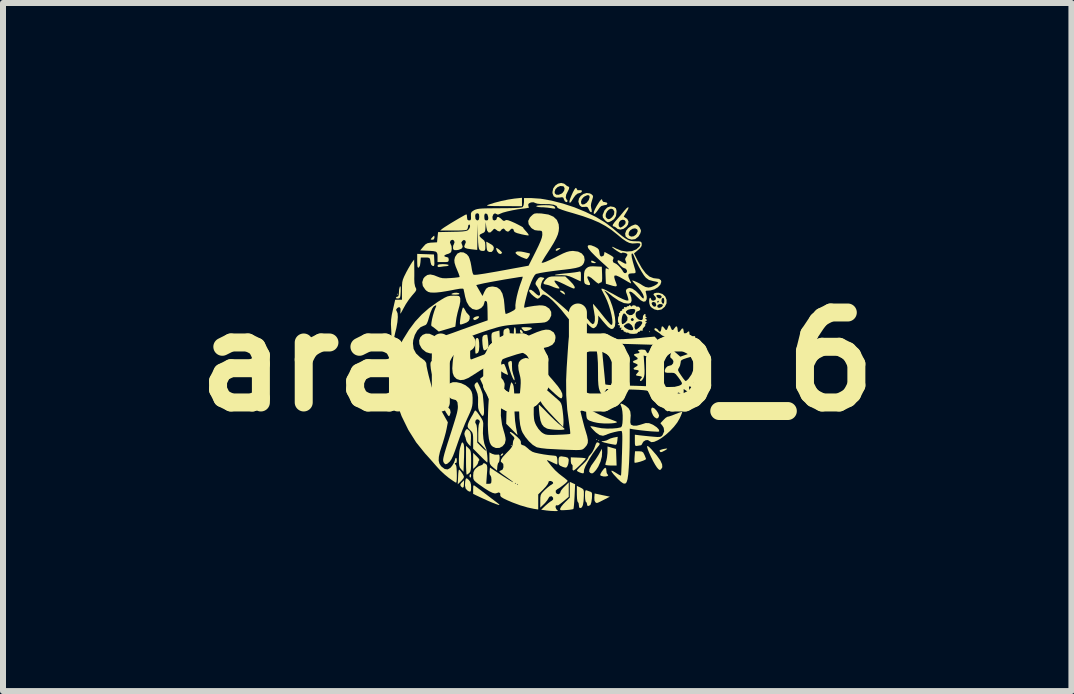
<source format=kicad_pcb>
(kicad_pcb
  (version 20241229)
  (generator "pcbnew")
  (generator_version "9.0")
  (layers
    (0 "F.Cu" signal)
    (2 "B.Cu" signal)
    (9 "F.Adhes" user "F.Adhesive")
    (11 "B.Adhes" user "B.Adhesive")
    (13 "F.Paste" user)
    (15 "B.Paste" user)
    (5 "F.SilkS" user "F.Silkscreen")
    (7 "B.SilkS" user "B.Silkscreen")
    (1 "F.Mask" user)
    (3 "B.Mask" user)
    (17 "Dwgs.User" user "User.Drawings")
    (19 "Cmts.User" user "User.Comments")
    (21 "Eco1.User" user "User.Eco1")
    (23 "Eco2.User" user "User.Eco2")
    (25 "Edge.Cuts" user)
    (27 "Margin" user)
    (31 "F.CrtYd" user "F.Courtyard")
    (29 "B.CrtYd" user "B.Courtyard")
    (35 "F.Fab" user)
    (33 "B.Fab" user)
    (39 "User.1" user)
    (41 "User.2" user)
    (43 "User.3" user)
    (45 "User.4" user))
  (footprint "ararobo_6"
    (layer "F.Cu")
    (at 5.907 2.982)
    (property "Reference" "ararobo_6" (at 0 0 0) (layer "F.SilkS") (effects (font (size 1.5 1.5) (thickness 0.3))))
    (attr board_only exclude_from_pos_files exclude_from_bom)
    (fp_poly (pts (xy -2.323 -1.128) (xy -2.331 -1.119) (xy -2.34 -1.128) (xy -2.331 -1.136)) (stroke (width 0) (type solid)) (fill yes) (layer "F.SilkS"))
    (fp_poly (pts (xy -0.424 1.399) (xy -0.432 1.407) (xy -0.441 1.399) (xy -0.432 1.39)) (stroke (width 0) (type solid)) (fill yes) (layer "F.SilkS"))
    (fp_poly (pts (xy 1 1.297) (xy 0.992 1.306) (xy 0.983 1.297) (xy 0.992 1.289)) (stroke (width 0) (type solid)) (fill yes) (layer "F.SilkS"))
    (fp_poly (pts (xy 1.034 1.314) (xy 1.026 1.323) (xy 1.017 1.314) (xy 1.026 1.306)) (stroke (width 0) (type solid)) (fill yes) (layer "F.SilkS"))
    (fp_poly (pts (xy 1.882 -0.5) (xy 1.874 -0.492) (xy 1.865 -0.5) (xy 1.874 -0.509)) (stroke (width 0) (type solid)) (fill yes) (layer "F.SilkS"))
    (fp_poly (pts (xy -0.362 0.345) (xy -0.36 0.365) (xy -0.362 0.367) (xy -0.372 0.365) (xy -0.373 0.356) (xy -0.367 0.342)) (stroke (width 0) (type solid)) (fill yes) (layer "F.SilkS"))
    (fp_poly (pts (xy -0.566 1.53) (xy -0.571 1.546) (xy -0.585 1.56) (xy -0.606 1.571) (xy -0.61 1.563) (xy -0.6 1.541) (xy -0.579 1.528)) (stroke (width 0) (type solid)) (fill yes) (layer "F.SilkS"))
    (fp_poly (pts (xy -1.102 1.895) (xy -1.102 1.896) (xy -1.106 1.928) (xy -1.119 1.928) (xy -1.128 1.915) (xy -1.128 1.888) (xy -1.121 1.877) (xy -1.106 1.871)) (stroke (width 0) (type solid)) (fill yes) (layer "F.SilkS"))
    (fp_poly (pts (xy 0.383 -1.889) (xy 0.366 -1.874) (xy 0.33 -1.852) (xy 0.31 -1.852) (xy 0.309 -1.869) (xy 0.33 -1.887) (xy 0.357 -1.895) (xy 0.386 -1.897)) (stroke (width 0) (type solid)) (fill yes) (layer "F.SilkS"))
    (fp_poly (pts (xy -1.714 -2.088) (xy -1.713 -2.069) (xy -1.724 -2.041) (xy -1.749 -2.035) (xy -1.774 -2.037) (xy -1.773 -2.048) (xy -1.755 -2.069) (xy -1.73 -2.094) (xy -1.718 -2.103)) (stroke (width 0) (type solid)) (fill yes) (layer "F.SilkS"))
    (fp_poly (pts (xy -1.221 2.039) (xy -1.226 2.086) (xy -1.241 2.101) (xy -1.266 2.084) (xy -1.272 2.076) (xy -1.284 2.053) (xy -1.272 2.029) (xy -1.258 2.013) (xy -1.221 1.976)) (stroke (width 0) (type solid)) (fill yes) (layer "F.SilkS"))
    (fp_poly (pts (xy -0.269 -0.53) (xy -0.263 -0.526) (xy -0.242 -0.501) (xy -0.237 -0.49) (xy -0.251 -0.476) (xy -0.263 -0.475) (xy -0.283 -0.489) (xy -0.288 -0.511) (xy -0.285 -0.535)) (stroke (width 0) (type solid)) (fill yes) (layer "F.SilkS"))
    (fp_poly (pts (xy 0.434 -1.174) (xy 0.454 -1.153) (xy 0.466 -1.126) (xy 0.455 -1.122) (xy 0.422 -1.142) (xy 0.407 -1.153) (xy 0.38 -1.176) (xy 0.379 -1.185) (xy 0.399 -1.187)) (stroke (width 0) (type solid)) (fill yes) (layer "F.SilkS"))
    (fp_poly (pts (xy 0.925 -1.683) (xy 0.937 -1.677) (xy 0.973 -1.657) (xy 0.979 -1.648) (xy 0.956 -1.645) (xy 0.944 -1.645) (xy 0.907 -1.653) (xy 0.899 -1.671) (xy 0.904 -1.687)) (stroke (width 0) (type solid)) (fill yes) (layer "F.SilkS"))
    (fp_poly (pts (xy -1.307 -1.144) (xy -1.297 -1.136) (xy -1.305 -1.125) (xy -1.343 -1.12) (xy -1.368 -1.119) (xy -1.415 -1.121) (xy -1.432 -1.128) (xy -1.424 -1.136) (xy -1.387 -1.149) (xy -1.343 -1.152)) (stroke (width 0) (type solid)) (fill yes) (layer "F.SilkS"))
    (fp_poly (pts (xy -0.969 -0.754) (xy -0.972 -0.738) (xy -0.994 -0.717) (xy -1.025 -0.7) (xy -1.046 -0.695) (xy -1.066 -0.709) (xy -1.068 -0.719) (xy -1.054 -0.738) (xy -1.022 -0.754) (xy -0.987 -0.76)) (stroke (width 0) (type solid)) (fill yes) (layer "F.SilkS"))
    (fp_poly (pts (xy -0.844 0.215) (xy -0.833 0.239) (xy -0.834 0.286) (xy -0.845 0.347) (xy -0.855 0.382) (xy -0.877 0.449) (xy -0.915 0.367) (xy -0.953 0.284) (xy -0.905 0.245) (xy -0.87 0.222) (xy -0.846 0.214)) (stroke (width 0) (type solid)) (fill yes) (layer "F.SilkS"))
    (fp_poly (pts (xy -1.008 1.578) (xy -0.977 1.612) (xy -0.964 1.635) (xy -0.966 1.642) (xy -0.981 1.661) (xy -0.983 1.677) (xy -0.995 1.708) (xy -1.023 1.744) (xy -1.026 1.746) (xy -1.068 1.786) (xy -1.068 1.653) (xy -1.068 1.519)) (stroke (width 0) (type solid)) (fill yes) (layer "F.SilkS"))
    (fp_poly (pts (xy -0.709 0.112) (xy -0.71 0.138) (xy -0.73 0.17) (xy -0.748 0.185) (xy -0.781 0.208) (xy -0.798 0.21) (xy -0.808 0.194) (xy -0.808 0.193) (xy -0.804 0.165) (xy -0.781 0.132) (xy -0.749 0.107) (xy -0.729 0.102)) (stroke (width 0) (type solid)) (fill yes) (layer "F.SilkS"))
    (fp_poly (pts (xy -0.66 -1.889) (xy -0.629 -1.866) (xy -0.6 -1.839) (xy -0.586 -1.818) (xy -0.586 -1.813) (xy -0.611 -1.796) (xy -0.642 -1.806) (xy -0.668 -1.838) (xy -0.673 -1.848) (xy -0.684 -1.883) (xy -0.684 -1.899) (xy -0.684 -1.899)) (stroke (width 0) (type solid)) (fill yes) (layer "F.SilkS"))
    (fp_poly (pts (xy -0.363 -0.561) (xy -0.357 -0.523) (xy -0.356 -0.5) (xy -0.359 -0.455) (xy -0.368 -0.427) (xy -0.373 -0.424) (xy -0.383 -0.439) (xy -0.389 -0.477) (xy -0.39 -0.5) (xy -0.387 -0.546) (xy -0.378 -0.573) (xy -0.373 -0.577)) (stroke (width 0) (type solid)) (fill yes) (layer "F.SilkS"))
    (fp_poly (pts (xy 2.167 1.453) (xy 2.142 1.471) (xy 2.12 1.483) (xy 2.08 1.503) (xy 2.059 1.507) (xy 2.047 1.498) (xy 2.043 1.492) (xy 2.04 1.479) (xy 2.055 1.469) (xy 2.094 1.457) (xy 2.124 1.451) (xy 2.161 1.446)) (stroke (width 0) (type solid)) (fill yes) (layer "F.SilkS"))
    (fp_poly (pts (xy -0.801 -1.977) (xy -0.747 -1.944) (xy -0.724 -1.912) (xy -0.727 -1.876) (xy -0.733 -1.862) (xy -0.757 -1.833) (xy -0.791 -1.83) (xy -0.797 -1.831) (xy -0.823 -1.842) (xy -0.837 -1.864) (xy -0.844 -1.908) (xy -0.845 -1.922) (xy -0.85 -2.003)) (stroke (width 0) (type solid)) (fill yes) (layer "F.SilkS"))
    (fp_poly (pts (xy 1.085 2.223) (xy 1.212 2.249) (xy 1.107 2.303) (xy 1.05 2.332) (xy 1.016 2.348) (xy 0.997 2.354) (xy 0.984 2.352) (xy 0.971 2.343) (xy 0.97 2.342) (xy 0.955 2.314) (xy 0.953 2.262) (xy 0.953 2.262) (xy 0.958 2.196)) (stroke (width 0) (type solid)) (fill yes) (layer "F.SilkS"))
    (fp_poly (pts (xy 1.953 0.777) (xy 1.987 0.811) (xy 2.015 0.853) (xy 2.031 0.893) (xy 2.031 0.905) (xy 2.016 0.939) (xy 1.989 0.945) (xy 1.956 0.924) (xy 1.933 0.896) (xy 1.909 0.844) (xy 1.9 0.799) (xy 1.907 0.77) (xy 1.923 0.763)) (stroke (width 0) (type solid)) (fill yes) (layer "F.SilkS"))
    (fp_poly (pts (xy -1.517 -1.625) (xy -1.483 -1.618) (xy -1.475 -1.611) (xy -1.49 -1.598) (xy -1.515 -1.594) (xy -1.562 -1.59) (xy -1.609 -1.583) (xy -1.646 -1.579) (xy -1.661 -1.59) (xy -1.662 -1.6) (xy -1.655 -1.617) (xy -1.63 -1.625) (xy -1.58 -1.628) (xy -1.568 -1.628)) (stroke (width 0) (type solid)) (fill yes) (layer "F.SilkS"))
    (fp_poly (pts (xy -1.287 1.81) (xy -1.262 1.842) (xy -1.238 1.879) (xy -1.223 1.911) (xy -1.221 1.921) (xy -1.232 1.946) (xy -1.261 1.981) (xy -1.273 1.993) (xy -1.325 2.043) (xy -1.319 1.92) (xy -1.316 1.861) (xy -1.311 1.817) (xy -1.305 1.798) (xy -1.305 1.797)) (stroke (width 0) (type solid)) (fill yes) (layer "F.SilkS"))
    (fp_poly (pts (xy -0.12 -0.573) (xy -0.09 -0.564) (xy -0.092 -0.55) (xy -0.127 -0.531) (xy -0.138 -0.527) (xy -0.183 -0.513) (xy -0.209 -0.512) (xy -0.231 -0.526) (xy -0.246 -0.543) (xy -0.262 -0.562) (xy -0.261 -0.572) (xy -0.237 -0.576) (xy -0.186 -0.577) (xy -0.181 -0.577)) (stroke (width 0) (type solid)) (fill yes) (layer "F.SilkS"))
    (fp_poly (pts (xy 2.14 0.658) (xy 2.176 0.692) (xy 2.206 0.735) (xy 2.219 0.775) (xy 2.218 0.782) (xy 2.202 0.817) (xy 2.173 0.826) (xy 2.14 0.807) (xy 2.129 0.793) (xy 2.105 0.746) (xy 2.092 0.699) (xy 2.09 0.663) (xy 2.102 0.645) (xy 2.106 0.644)) (stroke (width 0) (type solid)) (fill yes) (layer "F.SilkS"))
    (fp_poly (pts (xy 1.15 1.783) (xy 1.153 1.813) (xy 1.158 1.853) (xy 1.17 1.874) (xy 1.184 1.891) (xy 1.173 1.905) (xy 1.144 1.912) (xy 1.105 1.912) (xy 1.066 1.902) (xy 1.051 1.892) (xy 1.053 1.873) (xy 1.072 1.838) (xy 1.079 1.827) (xy 1.114 1.781) (xy 1.137 1.766)) (stroke (width 0) (type solid)) (fill yes) (layer "F.SilkS"))
    (fp_poly (pts (xy 1.243 1.433) (xy 1.314 1.453) (xy 1.319 1.591) (xy 1.324 1.73) (xy 1.23 1.73) (xy 1.179 1.727) (xy 1.145 1.722) (xy 1.136 1.717) (xy 1.14 1.693) (xy 1.151 1.652) (xy 1.154 1.645) (xy 1.164 1.591) (xy 1.171 1.525) (xy 1.172 1.499) (xy 1.172 1.412)) (stroke (width 0) (type solid)) (fill yes) (layer "F.SilkS"))
    (fp_poly (pts (xy -1.166 1.948) (xy -1.142 1.969) (xy -1.116 2.003) (xy -1.104 2.048) (xy -1.102 2.089) (xy -1.104 2.142) (xy -1.114 2.165) (xy -1.136 2.163) (xy -1.166 2.144) (xy -1.194 2.112) (xy -1.204 2.063) (xy -1.204 2.052) (xy -1.201 2.002) (xy -1.195 1.963) (xy -1.193 1.959) (xy -1.183 1.943)) (stroke (width 0) (type solid)) (fill yes) (layer "F.SilkS"))
    (fp_poly (pts (xy -0.989 -0.395) (xy -0.975 -0.37) (xy -0.968 -0.318) (xy -0.966 -0.255) (xy -0.971 -0.19) (xy -0.985 -0.152) (xy -1.012 -0.137) (xy -1.027 -0.136) (xy -1.031 -0.151) (xy -1.033 -0.192) (xy -1.034 -0.251) (xy -1.034 -0.261) (xy -1.032 -0.332) (xy -1.026 -0.375) (xy -1.013 -0.394) (xy -1.01 -0.396)) (stroke (width 0) (type solid)) (fill yes) (layer "F.SilkS"))
    (fp_poly (pts (xy -1.131 1.15) (xy -1.129 1.151) (xy -1.113 1.178) (xy -1.105 1.219) (xy -1.105 1.283) (xy -1.106 1.297) (xy -1.111 1.41) (xy -1.149 1.37) (xy -1.175 1.333) (xy -1.187 1.301) (xy -1.187 1.3) (xy -1.196 1.261) (xy -1.205 1.242) (xy -1.215 1.202) (xy -1.206 1.166) (xy -1.185 1.128) (xy -1.163 1.123)) (stroke (width 0) (type solid)) (fill yes) (layer "F.SilkS"))
    (fp_poly (pts (xy -0.552 0.036) (xy -0.541 0.056) (xy -0.525 0.095) (xy -0.509 0.141) (xy -0.495 0.184) (xy -0.488 0.213) (xy -0.489 0.219) (xy -0.51 0.211) (xy -0.548 0.193) (xy -0.56 0.186) (xy -0.625 0.146) (xy -0.657 0.113) (xy -0.658 0.084) (xy -0.628 0.059) (xy -0.61 0.051) (xy -0.573 0.038) (xy -0.553 0.035)) (stroke (width 0) (type solid)) (fill yes) (layer "F.SilkS"))
    (fp_poly (pts (xy -0.472 -0.553) (xy -0.46 -0.519) (xy -0.458 -0.468) (xy -0.46 -0.412) (xy -0.47 -0.378) (xy -0.49 -0.356) (xy -0.5 -0.35) (xy -0.532 -0.33) (xy -0.549 -0.322) (xy -0.554 -0.338) (xy -0.559 -0.378) (xy -0.562 -0.426) (xy -0.564 -0.486) (xy -0.559 -0.522) (xy -0.545 -0.541) (xy -0.539 -0.544) (xy -0.498 -0.561)) (stroke (width 0) (type solid)) (fill yes) (layer "F.SilkS"))
    (fp_poly (pts (xy -0.27 -1.838) (xy -0.222 -1.829) (xy -0.17 -1.817) (xy -0.133 -1.809) (xy -0.122 -1.805) (xy -0.123 -1.788) (xy -0.137 -1.758) (xy -0.157 -1.729) (xy -0.175 -1.714) (xy -0.177 -1.714) (xy -0.202 -1.721) (xy -0.245 -1.738) (xy -0.263 -1.745) (xy -0.327 -1.779) (xy -0.359 -1.808) (xy -0.359 -1.829) (xy -0.329 -1.84)) (stroke (width 0) (type solid)) (fill yes) (layer "F.SilkS"))
    (fp_poly (pts (xy -0.254 -2.664) (xy -0.254 -2.594) (xy -0.564 -2.595) (xy -0.672 -2.596) (xy -0.75 -2.597) (xy -0.802 -2.599) (xy -0.829 -2.602) (xy -0.837 -2.606) (xy -0.829 -2.613) (xy -0.807 -2.621) (xy -0.805 -2.622) (xy -0.711 -2.652) (xy -0.599 -2.681) (xy -0.483 -2.705) (xy -0.379 -2.721) (xy -0.369 -2.722) (xy -0.254 -2.734)) (stroke (width 0) (type solid)) (fill yes) (layer "F.SilkS"))
    (fp_poly (pts (xy 1.082 1.505) (xy 1.078 1.58) (xy 1.055 1.666) (xy 1.018 1.748) (xy 0.983 1.802) (xy 0.948 1.841) (xy 0.925 1.859) (xy 0.905 1.86) (xy 0.886 1.854) (xy 0.866 1.83) (xy 0.872 1.788) (xy 0.902 1.729) (xy 0.931 1.689) (xy 0.974 1.628) (xy 1.016 1.563) (xy 1.037 1.526) (xy 1.077 1.45)) (stroke (width 0) (type solid)) (fill yes) (layer "F.SilkS"))
    (fp_poly (pts (xy -2.275 -1.233) (xy -2.276 -1.176) (xy -2.276 -1.17) (xy -2.28 -1.11) (xy -2.286 -1.076) (xy -2.298 -1.06) (xy -2.319 -1.054) (xy -2.348 -1.057) (xy -2.357 -1.067) (xy -2.343 -1.083) (xy -2.331 -1.085) (xy -2.314 -1.096) (xy -2.307 -1.132) (xy -2.306 -1.157) (xy -2.302 -1.209) (xy -2.292 -1.248) (xy -2.289 -1.255) (xy -2.279 -1.258)) (stroke (width 0) (type solid)) (fill yes) (layer "F.SilkS"))
    (fp_poly (pts (xy -0.624 -0.411) (xy -0.622 -0.352) (xy -0.626 -0.316) (xy -0.637 -0.296) (xy -0.659 -0.281) (xy -0.665 -0.278) (xy -0.709 -0.258) (xy -0.734 -0.261) (xy -0.748 -0.288) (xy -0.752 -0.307) (xy -0.76 -0.362) (xy -0.763 -0.422) (xy -0.763 -0.424) (xy -0.76 -0.466) (xy -0.746 -0.487) (xy -0.71 -0.501) (xy -0.697 -0.504) (xy -0.63 -0.521)) (stroke (width 0) (type solid)) (fill yes) (layer "F.SilkS"))
    (fp_poly (pts (xy -0.424 -0.004) (xy -0.42 0.036) (xy -0.421 0.061) (xy -0.417 0.143) (xy -0.399 0.213) (xy -0.382 0.264) (xy -0.377 0.298) (xy -0.381 0.31) (xy -0.395 0.295) (xy -0.409 0.268) (xy -0.429 0.22) (xy -0.451 0.156) (xy -0.465 0.112) (xy -0.48 0.054) (xy -0.484 0.02) (xy -0.477 0.002) (xy -0.472 -0.002) (xy -0.44 -0.016)) (stroke (width 0) (type solid)) (fill yes) (layer "F.SilkS"))
    (fp_poly (pts (xy 0.203 -2.609) (xy 0.253 -2.603) (xy 0.281 -2.592) (xy 0.289 -2.585) (xy 0.303 -2.563) (xy 0.296 -2.554) (xy 0.263 -2.556) (xy 0.229 -2.562) (xy 0.17 -2.57) (xy 0.1 -2.576) (xy 0.072 -2.576) (xy 0.022 -2.58) (xy -0.01 -2.588) (xy -0.017 -2.594) (xy -0.001 -2.603) (xy 0.043 -2.608) (xy 0.108 -2.611) (xy 0.125 -2.611)) (stroke (width 0) (type solid)) (fill yes) (layer "F.SilkS"))
    (fp_poly (pts (xy 0.453 1.584) (xy 0.473 1.587) (xy 0.51 1.6) (xy 0.524 1.624) (xy 0.525 1.651) (xy 0.518 1.701) (xy 0.504 1.739) (xy 0.488 1.761) (xy 0.469 1.765) (xy 0.433 1.755) (xy 0.42 1.75) (xy 0.38 1.731) (xy 0.361 1.71) (xy 0.356 1.672) (xy 0.356 1.651) (xy 0.359 1.606) (xy 0.371 1.583) (xy 0.4 1.576)) (stroke (width 0) (type solid)) (fill yes) (layer "F.SilkS"))
    (fp_poly (pts (xy 1.336 1.315) (xy 1.329 1.357) (xy 1.317 1.381) (xy 1.314 1.383) (xy 1.29 1.382) (xy 1.243 1.374) (xy 1.188 1.363) (xy 1.118 1.346) (xy 1.079 1.334) (xy 1.072 1.326) (xy 1.098 1.323) (xy 1.104 1.323) (xy 1.152 1.313) (xy 1.18 1.299) (xy 1.22 1.279) (xy 1.272 1.264) (xy 1.278 1.263) (xy 1.342 1.251)) (stroke (width 0) (type solid)) (fill yes) (layer "F.SilkS"))
    (fp_poly (pts (xy 1.742 1.496) (xy 1.767 1.512) (xy 1.788 1.552) (xy 1.789 1.554) (xy 1.805 1.594) (xy 1.814 1.619) (xy 1.814 1.622) (xy 1.8 1.634) (xy 1.764 1.65) (xy 1.717 1.666) (xy 1.67 1.678) (xy 1.635 1.684) (xy 1.623 1.682) (xy 1.621 1.659) (xy 1.622 1.615) (xy 1.624 1.581) (xy 1.631 1.492) (xy 1.697 1.492)) (stroke (width 0) (type solid)) (fill yes) (layer "F.SilkS"))
    (fp_poly (pts (xy -0.834 -0.45) (xy -0.83 -0.431) (xy -0.824 -0.388) (xy -0.818 -0.338) (xy -0.814 -0.277) (xy -0.817 -0.241) (xy -0.829 -0.219) (xy -0.84 -0.209) (xy -0.873 -0.19) (xy -0.892 -0.196) (xy -0.904 -0.232) (xy -0.905 -0.24) (xy -0.912 -0.292) (xy -0.916 -0.354) (xy -0.916 -0.365) (xy -0.913 -0.412) (xy -0.9 -0.436) (xy -0.878 -0.447) (xy -0.846 -0.452)) (stroke (width 0) (type solid)) (fill yes) (layer "F.SilkS"))
    (fp_poly (pts (xy -1.145 1.441) (xy -1.125 1.462) (xy -1.113 1.484) (xy -1.106 1.516) (xy -1.103 1.566) (xy -1.102 1.641) (xy -1.102 1.654) (xy -1.103 1.735) (xy -1.106 1.789) (xy -1.113 1.824) (xy -1.125 1.846) (xy -1.133 1.854) (xy -1.161 1.876) (xy -1.176 1.882) (xy -1.18 1.866) (xy -1.183 1.822) (xy -1.186 1.757) (xy -1.187 1.675) (xy -1.187 1.642) (xy -1.187 1.401)) (stroke (width 0) (type solid)) (fill yes) (layer "F.SilkS"))
    (fp_poly (pts (xy -0.751 1.535) (xy -0.705 1.549) (xy -0.666 1.549) (xy -0.642 1.546) (xy -0.63 1.559) (xy -0.627 1.596) (xy -0.627 1.609) (xy -0.631 1.652) (xy -0.639 1.677) (xy -0.643 1.679) (xy -0.654 1.694) (xy -0.663 1.731) (xy -0.665 1.747) (xy -0.67 1.815) (xy -0.733 1.763) (xy -0.769 1.731) (xy -0.788 1.702) (xy -0.796 1.664) (xy -0.797 1.611) (xy -0.797 1.511)) (stroke (width 0) (type solid)) (fill yes) (layer "F.SilkS"))
    (fp_poly (pts (xy 0.687 1.598) (xy 0.747 1.601) (xy 0.79 1.606) (xy 0.809 1.612) (xy 0.81 1.614) (xy 0.794 1.636) (xy 0.761 1.673) (xy 0.719 1.716) (xy 0.675 1.758) (xy 0.636 1.793) (xy 0.609 1.812) (xy 0.604 1.814) (xy 0.589 1.8) (xy 0.59 1.763) (xy 0.59 1.726) (xy 0.578 1.713) (xy 0.566 1.698) (xy 0.56 1.661) (xy 0.56 1.653) (xy 0.56 1.593)) (stroke (width 0) (type solid)) (fill yes) (layer "F.SilkS"))
    (fp_poly (pts (xy 1.861 1.417) (xy 1.9 1.455) (xy 1.911 1.467) (xy 1.995 1.564) (xy 2.052 1.644) (xy 2.082 1.708) (xy 2.086 1.758) (xy 2.064 1.794) (xy 2.062 1.796) (xy 2.042 1.804) (xy 2.019 1.789) (xy 1.994 1.759) (xy 1.965 1.714) (xy 1.931 1.653) (xy 1.897 1.584) (xy 1.866 1.516) (xy 1.843 1.458) (xy 1.832 1.419) (xy 1.832 1.413) (xy 1.839 1.403)) (stroke (width 0) (type solid)) (fill yes) (layer "F.SilkS"))
    (fp_poly (pts (xy -1.236 1.354) (xy -1.233 1.358) (xy -1.224 1.38) (xy -1.219 1.425) (xy -1.218 1.495) (xy -1.22 1.595) (xy -1.221 1.608) (xy -1.229 1.834) (xy -1.267 1.793) (xy -1.288 1.767) (xy -1.299 1.735) (xy -1.305 1.687) (xy -1.306 1.625) (xy -1.303 1.553) (xy -1.297 1.487) (xy -1.287 1.44) (xy -1.287 1.44) (xy -1.273 1.394) (xy -1.262 1.36) (xy -1.261 1.358) (xy -1.252 1.342)) (stroke (width 0) (type solid)) (fill yes) (layer "F.SilkS"))
    (fp_poly (pts (xy -1.225 -0.9) (xy -1.207 -0.871) (xy -1.204 -0.865) (xy -1.179 -0.821) (xy -1.149 -0.789) (xy -1.126 -0.762) (xy -1.126 -0.721) (xy -1.126 -0.717) (xy -1.141 -0.682) (xy -1.173 -0.657) (xy -1.213 -0.64) (xy -1.259 -0.624) (xy -1.281 -0.621) (xy -1.288 -0.632) (xy -1.289 -0.651) (xy -1.285 -0.694) (xy -1.277 -0.751) (xy -1.266 -0.812) (xy -1.253 -0.864) (xy -1.242 -0.898) (xy -1.239 -0.904)) (stroke (width 0) (type solid)) (fill yes) (layer "F.SilkS"))
    (fp_poly (pts (xy -1.048 2.063) (xy -1.037 2.071) (xy -0.975 2.117) (xy -0.906 2.169) (xy -0.835 2.223) (xy -0.767 2.275) (xy -0.708 2.32) (xy -0.663 2.354) (xy -0.639 2.373) (xy -0.637 2.375) (xy -0.629 2.388) (xy -0.647 2.386) (xy -0.691 2.371) (xy -0.746 2.35) (xy -0.812 2.322) (xy -0.889 2.287) (xy -0.954 2.257) (xy -1.068 2.203) (xy -1.068 2.125) (xy -1.067 2.079) (xy -1.061 2.06)) (stroke (width 0) (type solid)) (fill yes) (layer "F.SilkS"))
    (fp_poly (pts (xy 0.587 2.022) (xy 0.632 2.042) (xy 0.623 2.243) (xy 0.618 2.323) (xy 0.613 2.389) (xy 0.608 2.435) (xy 0.603 2.455) (xy 0.582 2.461) (xy 0.537 2.468) (xy 0.484 2.472) (xy 0.425 2.475) (xy 0.394 2.474) (xy 0.382 2.465) (xy 0.383 2.448) (xy 0.384 2.446) (xy 0.4 2.416) (xy 0.434 2.374) (xy 0.468 2.339) (xy 0.543 2.265) (xy 0.543 2.133) (xy 0.543 2.002)) (stroke (width 0) (type solid)) (fill yes) (layer "F.SilkS"))
    (fp_poly (pts (xy 0.721 2.097) (xy 0.753 2.115) (xy 0.771 2.133) (xy 0.778 2.163) (xy 0.778 2.214) (xy 0.778 2.229) (xy 0.773 2.324) (xy 0.762 2.389) (xy 0.745 2.426) (xy 0.725 2.438) (xy 0.703 2.435) (xy 0.696 2.407) (xy 0.695 2.392) (xy 0.69 2.356) (xy 0.679 2.34) (xy 0.678 2.34) (xy 0.67 2.324) (xy 0.664 2.281) (xy 0.661 2.216) (xy 0.661 2.205) (xy 0.661 2.069)) (stroke (width 0) (type solid)) (fill yes) (layer "F.SilkS"))
    (fp_poly (pts (xy 0.827 2.145) (xy 0.87 2.161) (xy 0.888 2.166) (xy 0.905 2.176) (xy 0.914 2.197) (xy 0.914 2.238) (xy 0.912 2.276) (xy 0.903 2.341) (xy 0.889 2.382) (xy 0.881 2.392) (xy 0.848 2.406) (xy 0.833 2.394) (xy 0.831 2.374) (xy 0.824 2.346) (xy 0.814 2.34) (xy 0.805 2.324) (xy 0.799 2.284) (xy 0.797 2.236) (xy 0.798 2.18) (xy 0.803 2.15) (xy 0.813 2.142)) (stroke (width 0) (type solid)) (fill yes) (layer "F.SilkS"))
    (fp_poly (pts (xy 0.953 0.838) (xy 1.048 0.886) (xy 1.14 0.927) (xy 1.243 0.967) (xy 1.314 0.994) (xy 1.331 1.005) (xy 1.32 1.014) (xy 1.287 1.022) (xy 1.236 1.027) (xy 1.175 1.029) (xy 1.108 1.028) (xy 1.041 1.023) (xy 0.998 1.017) (xy 0.938 1.004) (xy 0.884 0.986) (xy 0.87 0.981) (xy 0.843 0.964) (xy 0.827 0.941) (xy 0.82 0.901) (xy 0.817 0.861) (xy 0.812 0.764)) (stroke (width 0) (type solid)) (fill yes) (layer "F.SilkS"))
    (fp_poly (pts (xy 0.135 0.148) (xy 0.136 0.151) (xy 0.146 0.169) (xy 0.175 0.207) (xy 0.218 0.259) (xy 0.271 0.319) (xy 0.272 0.321) (xy 0.344 0.407) (xy 0.392 0.476) (xy 0.417 0.53) (xy 0.421 0.573) (xy 0.412 0.601) (xy 0.402 0.61) (xy 0.384 0.605) (xy 0.355 0.585) (xy 0.309 0.546) (xy 0.25 0.492) (xy 0.104 0.355) (xy 0.107 0.246) (xy 0.11 0.19) (xy 0.116 0.15) (xy 0.123 0.136)) (stroke (width 0) (type solid)) (fill yes) (layer "F.SilkS"))
    (fp_poly (pts (xy 0.66 -2.886) (xy 0.661 -2.876) (xy 0.675 -2.86) (xy 0.704 -2.861) (xy 0.737 -2.861) (xy 0.746 -2.843) (xy 0.731 -2.821) (xy 0.7 -2.812) (xy 0.671 -2.803) (xy 0.643 -2.781) (xy 0.611 -2.74) (xy 0.569 -2.674) (xy 0.567 -2.669) (xy 0.548 -2.651) (xy 0.537 -2.657) (xy 0.538 -2.68) (xy 0.551 -2.723) (xy 0.572 -2.775) (xy 0.596 -2.828) (xy 0.62 -2.872) (xy 0.639 -2.897) (xy 0.644 -2.899)) (stroke (width 0) (type solid)) (fill yes) (layer "F.SilkS"))
    (fp_poly (pts (xy 1.085 -2.69) (xy 1.085 -2.688) (xy 1.1 -2.667) (xy 1.128 -2.662) (xy 1.162 -2.653) (xy 1.17 -2.637) (xy 1.155 -2.616) (xy 1.12 -2.611) (xy 1.068 -2.597) (xy 1.039 -2.568) (xy 0.999 -2.511) (xy 0.973 -2.479) (xy 0.957 -2.465) (xy 0.947 -2.468) (xy 0.942 -2.474) (xy 0.944 -2.498) (xy 0.962 -2.542) (xy 0.993 -2.6) (xy 0.995 -2.603) (xy 1.036 -2.668) (xy 1.064 -2.704) (xy 1.08 -2.71)) (stroke (width 0) (type solid)) (fill yes) (layer "F.SilkS"))
    (fp_poly (pts (xy -1.861 -1.794) (xy -1.721 -1.789) (xy -1.716 -1.69) (xy -1.714 -1.635) (xy -1.718 -1.606) (xy -1.728 -1.596) (xy -1.741 -1.597) (xy -1.765 -1.615) (xy -1.779 -1.66) (xy -1.78 -1.67) (xy -1.787 -1.712) (xy -1.8 -1.732) (xy -1.83 -1.738) (xy -1.865 -1.738) (xy -1.941 -1.738) (xy -1.947 -1.659) (xy -1.955 -1.603) (xy -1.972 -1.573) (xy -1.976 -1.57) (xy -1.989 -1.571) (xy -1.997 -1.59) (xy -2 -1.634) (xy -2.001 -1.68) (xy -2.001 -1.799)) (stroke (width 0) (type solid)) (fill yes) (layer "F.SilkS"))
    (fp_poly (pts (xy 0.725 -1.496) (xy 0.729 -1.465) (xy 0.729 -1.426) (xy 0.728 -1.378) (xy 0.726 -1.347) (xy 0.725 -1.341) (xy 0.709 -1.348) (xy 0.67 -1.366) (xy 0.616 -1.391) (xy 0.61 -1.394) (xy 0.541 -1.424) (xy 0.482 -1.439) (xy 0.419 -1.443) (xy 0.39 -1.443) (xy 0.327 -1.442) (xy 0.296 -1.444) (xy 0.295 -1.449) (xy 0.324 -1.456) (xy 0.38 -1.464) (xy 0.462 -1.473) (xy 0.476 -1.474) (xy 0.554 -1.482) (xy 0.622 -1.49) (xy 0.672 -1.498) (xy 0.691 -1.502) (xy 0.713 -1.506)) (stroke (width 0) (type solid)) (fill yes) (layer "F.SilkS"))
    (fp_poly (pts (xy 0.04 0.723) (xy 0.071 0.753) (xy 0.116 0.797) (xy 0.167 0.85) (xy 0.23 0.914) (xy 0.294 0.976) (xy 0.349 1.026) (xy 0.38 1.051) (xy 0.421 1.086) (xy 0.45 1.112) (xy 0.457 1.123) (xy 0.442 1.131) (xy 0.403 1.135) (xy 0.348 1.135) (xy 0.286 1.132) (xy 0.226 1.126) (xy 0.178 1.118) (xy 0.158 1.111) (xy 0.111 1.083) (xy 0.078 1.042) (xy 0.055 0.982) (xy 0.04 0.896) (xy 0.036 0.863) (xy 0.03 0.798) (xy 0.027 0.746) (xy 0.026 0.718) (xy 0.027 0.714)) (stroke (width 0) (type solid)) (fill yes) (layer "F.SilkS"))
    (fp_poly (pts (xy -0.421 0.35) (xy -0.404 0.376) (xy -0.394 0.406) (xy -0.388 0.458) (xy -0.383 0.537) (xy -0.381 0.645) (xy -0.381 0.687) (xy -0.378 0.851) (xy -0.369 0.986) (xy -0.354 1.089) (xy -0.354 1.089) (xy -0.342 1.151) (xy -0.333 1.197) (xy -0.329 1.22) (xy -0.329 1.221) (xy -0.342 1.21) (xy -0.371 1.18) (xy -0.413 1.138) (xy -0.424 1.127) (xy -0.517 1.033) (xy -0.513 0.861) (xy -0.509 0.798) (xy -0.501 0.719) (xy -0.49 0.633) (xy -0.477 0.546) (xy -0.464 0.466) (xy -0.45 0.4) (xy -0.438 0.356) (xy -0.432 0.342)) (stroke (width 0) (type solid)) (fill yes) (layer "F.SilkS"))
    (fp_poly (pts (xy 0.119 0.438) (xy 0.171 0.48) (xy 0.189 0.496) (xy 0.247 0.547) (xy 0.303 0.596) (xy 0.347 0.634) (xy 0.352 0.639) (xy 0.381 0.666) (xy 0.399 0.696) (xy 0.412 0.737) (xy 0.422 0.8) (xy 0.425 0.823) (xy 0.433 0.897) (xy 0.438 0.967) (xy 0.438 1.019) (xy 0.438 1.024) (xy 0.432 1.088) (xy 0.278 0.926) (xy 0.195 0.837) (xy 0.133 0.768) (xy 0.089 0.713) (xy 0.061 0.669) (xy 0.046 0.629) (xy 0.041 0.591) (xy 0.043 0.548) (xy 0.044 0.539) (xy 0.054 0.471) (xy 0.066 0.432) (xy 0.086 0.422)) (stroke (width 0) (type solid)) (fill yes) (layer "F.SilkS"))
    (fp_poly (pts (xy -0.989 0.353) (xy -0.97 0.389) (xy -0.947 0.438) (xy -0.927 0.488) (xy -0.912 0.53) (xy -0.907 0.551) (xy -0.905 0.575) (xy -0.9 0.623) (xy -0.894 0.688) (xy -0.892 0.715) (xy -0.887 0.796) (xy -0.887 0.856) (xy -0.894 0.89) (xy -0.894 0.89) (xy -0.907 0.904) (xy -0.921 0.897) (xy -0.944 0.864) (xy -0.951 0.855) (xy -0.973 0.813) (xy -0.984 0.77) (xy -0.987 0.715) (xy -0.986 0.671) (xy -0.986 0.594) (xy -0.995 0.535) (xy -1.016 0.478) (xy -1.019 0.472) (xy -1.04 0.421) (xy -1.046 0.39) (xy -1.037 0.368) (xy -1.035 0.365) (xy -1.011 0.344) (xy -1 0.339)) (stroke (width 0) (type solid)) (fill yes) (layer "F.SilkS"))
    (fp_poly (pts (xy 0.969 -1.59) (xy 1.077 -1.585) (xy 1.082 -1.454) (xy 1.083 -1.386) (xy 1.08 -1.345) (xy 1.072 -1.326) (xy 1.062 -1.323) (xy 1.036 -1.312) (xy 1.031 -1.305) (xy 1.017 -1.305) (xy 0.986 -1.326) (xy 0.953 -1.355) (xy 0.899 -1.401) (xy 0.86 -1.423) (xy 0.839 -1.424) (xy 0.836 -1.401) (xy 0.856 -1.356) (xy 0.88 -1.307) (xy 0.879 -1.281) (xy 0.855 -1.278) (xy 0.818 -1.289) (xy 0.797 -1.301) (xy 0.786 -1.322) (xy 0.781 -1.361) (xy 0.78 -1.412) (xy 0.782 -1.475) (xy 0.79 -1.516) (xy 0.807 -1.544) (xy 0.82 -1.558) (xy 0.848 -1.579) (xy 0.881 -1.589) (xy 0.929 -1.592)) (stroke (width 0) (type solid)) (fill yes) (layer "F.SilkS"))
    (fp_poly (pts (xy 1.675 -2.275) (xy 1.706 -2.241) (xy 1.726 -2.2) (xy 1.73 -2.18) (xy 1.719 -2.141) (xy 1.692 -2.095) (xy 1.686 -2.087) (xy 1.634 -2.045) (xy 1.574 -2.037) (xy 1.514 -2.055) (xy 1.474 -2.089) (xy 1.468 -2.124) (xy 1.523 -2.124) (xy 1.54 -2.098) (xy 1.571 -2.087) (xy 1.609 -2.093) (xy 1.645 -2.118) (xy 1.66 -2.139) (xy 1.676 -2.176) (xy 1.67 -2.202) (xy 1.664 -2.21) (xy 1.632 -2.225) (xy 1.591 -2.218) (xy 1.552 -2.193) (xy 1.53 -2.163) (xy 1.523 -2.124) (xy 1.468 -2.124) (xy 1.466 -2.136) (xy 1.484 -2.188) (xy 1.519 -2.23) (xy 1.571 -2.266) (xy 1.626 -2.287) (xy 1.644 -2.289)) (stroke (width 0) (type solid)) (fill yes) (layer "F.SilkS"))
    (fp_poly (pts (xy 1.032 1.355) (xy 1.043 1.37) (xy 1.031 1.394) (xy 1.018 1.409) (xy 0.974 1.464) (xy 0.926 1.531) (xy 0.879 1.605) (xy 0.837 1.678) (xy 0.803 1.743) (xy 0.784 1.792) (xy 0.78 1.811) (xy 0.778 1.848) (xy 0.766 1.861) (xy 0.736 1.855) (xy 0.708 1.845) (xy 0.675 1.829) (xy 0.661 1.815) (xy 0.673 1.797) (xy 0.704 1.764) (xy 0.747 1.722) (xy 0.755 1.716) (xy 0.8 1.671) (xy 0.833 1.633) (xy 0.848 1.608) (xy 0.848 1.607) (xy 0.859 1.579) (xy 0.887 1.546) (xy 0.89 1.544) (xy 0.92 1.504) (xy 0.949 1.448) (xy 0.959 1.422) (xy 0.978 1.37) (xy 0.993 1.346) (xy 1.011 1.344)) (stroke (width 0) (type solid)) (fill yes) (layer "F.SilkS"))
    (fp_poly (pts (xy 1.281 -2.58) (xy 1.281 -2.58) (xy 1.311 -2.558) (xy 1.322 -2.521) (xy 1.323 -2.5) (xy 1.313 -2.429) (xy 1.281 -2.378) (xy 1.238 -2.349) (xy 1.198 -2.329) (xy 1.172 -2.327) (xy 1.147 -2.345) (xy 1.125 -2.366) (xy 1.095 -2.406) (xy 1.093 -2.425) (xy 1.141 -2.425) (xy 1.153 -2.399) (xy 1.181 -2.377) (xy 1.213 -2.382) (xy 1.249 -2.411) (xy 1.281 -2.456) (xy 1.286 -2.504) (xy 1.265 -2.542) (xy 1.263 -2.543) (xy 1.23 -2.553) (xy 1.195 -2.538) (xy 1.165 -2.507) (xy 1.144 -2.466) (xy 1.141 -2.425) (xy 1.093 -2.425) (xy 1.091 -2.443) (xy 1.093 -2.453) (xy 1.122 -2.524) (xy 1.167 -2.572) (xy 1.221 -2.591)) (stroke (width 0) (type solid)) (fill yes) (layer "F.SilkS"))
    (fp_poly (pts (xy 0.547 -1.347) (xy 0.595 -1.296) (xy 0.622 -1.255) (xy 0.627 -1.229) (xy 0.61 -1.221) (xy 0.588 -1.228) (xy 0.544 -1.247) (xy 0.485 -1.275) (xy 0.458 -1.289) (xy 0.375 -1.328) (xy 0.32 -1.35) (xy 0.292 -1.355) (xy 0.288 -1.341) (xy 0.308 -1.309) (xy 0.331 -1.282) (xy 0.358 -1.249) (xy 0.372 -1.229) (xy 0.373 -1.227) (xy 0.359 -1.221) (xy 0.324 -1.227) (xy 0.276 -1.243) (xy 0.246 -1.256) (xy 0.195 -1.276) (xy 0.15 -1.287) (xy 0.14 -1.288) (xy 0.109 -1.297) (xy 0.106 -1.322) (xy 0.132 -1.36) (xy 0.149 -1.379) (xy 0.176 -1.402) (xy 0.205 -1.415) (xy 0.243 -1.422) (xy 0.303 -1.424) (xy 0.332 -1.424) (xy 0.467 -1.424)) (stroke (width 0) (type solid)) (fill yes) (layer "F.SilkS"))
    (fp_poly (pts (xy -0.601 0.269) (xy -0.566 0.308) (xy -0.545 0.359) (xy -0.543 0.383) (xy -0.547 0.425) (xy -0.557 0.488) (xy -0.572 0.561) (xy -0.578 0.588) (xy -0.603 0.742) (xy -0.606 0.899) (xy -0.587 1.048) (xy -0.561 1.144) (xy -0.542 1.208) (xy -0.529 1.268) (xy -0.526 1.302) (xy -0.54 1.363) (xy -0.578 1.409) (xy -0.63 1.436) (xy -0.689 1.438) (xy -0.74 1.416) (xy -0.77 1.388) (xy -0.791 1.345) (xy -0.806 1.283) (xy -0.816 1.196) (xy -0.82 1.136) (xy -0.823 1.051) (xy -0.822 0.949) (xy -0.819 0.837) (xy -0.814 0.723) (xy -0.807 0.614) (xy -0.799 0.517) (xy -0.79 0.44) (xy -0.781 0.394) (xy -0.754 0.334) (xy -0.712 0.285) (xy -0.664 0.258) (xy -0.643 0.254)) (stroke (width 0) (type solid)) (fill yes) (layer "F.SilkS"))
    (fp_poly (pts (xy 1.523 -2.567) (xy 1.508 -2.53) (xy 1.484 -2.49) (xy 1.459 -2.45) (xy 1.445 -2.424) (xy 1.444 -2.419) (xy 1.501 -2.381) (xy 1.523 -2.337) (xy 1.513 -2.288) (xy 1.485 -2.25) (xy 1.438 -2.216) (xy 1.386 -2.204) (xy 1.34 -2.215) (xy 1.323 -2.23) (xy 1.294 -2.251) (xy 1.278 -2.255) (xy 1.258 -2.263) (xy 1.262 -2.287) (xy 1.267 -2.295) (xy 1.357 -2.295) (xy 1.361 -2.26) (xy 1.38 -2.24) (xy 1.389 -2.238) (xy 1.41 -2.247) (xy 1.437 -2.265) (xy 1.469 -2.299) (xy 1.475 -2.334) (xy 1.459 -2.36) (xy 1.427 -2.369) (xy 1.392 -2.358) (xy 1.367 -2.331) (xy 1.357 -2.295) (xy 1.267 -2.295) (xy 1.291 -2.329) (xy 1.319 -2.361) (xy 1.368 -2.417) (xy 1.422 -2.481) (xy 1.45 -2.516) (xy 1.491 -2.561) (xy 1.516 -2.578)) (stroke (width 0) (type solid)) (fill yes) (layer "F.SilkS"))
    (fp_poly (pts (xy 0.879 -2.807) (xy 0.907 -2.791) (xy 0.926 -2.773) (xy 0.931 -2.751) (xy 0.921 -2.713) (xy 0.916 -2.698) (xy 0.9 -2.643) (xy 0.895 -2.605) (xy 0.9 -2.565) (xy 0.907 -2.539) (xy 0.91 -2.503) (xy 0.899 -2.492) (xy 0.879 -2.506) (xy 0.86 -2.542) (xy 0.843 -2.575) (xy 0.818 -2.585) (xy 0.787 -2.582) (xy 0.744 -2.581) (xy 0.716 -2.601) (xy 0.703 -2.618) (xy 0.686 -2.67) (xy 0.73 -2.67) (xy 0.735 -2.636) (xy 0.75 -2.623) (xy 0.785 -2.626) (xy 0.825 -2.652) (xy 0.858 -2.695) (xy 0.861 -2.702) (xy 0.875 -2.748) (xy 0.865 -2.775) (xy 0.835 -2.778) (xy 0.79 -2.757) (xy 0.774 -2.746) (xy 0.743 -2.71) (xy 0.73 -2.67) (xy 0.686 -2.67) (xy 0.686 -2.67) (xy 0.696 -2.721) (xy 0.726 -2.766) (xy 0.771 -2.798) (xy 0.824 -2.814)) (stroke (width 0) (type solid)) (fill yes) (layer "F.SilkS"))
    (fp_poly (pts (xy 0.448 -2.97) (xy 0.468 -2.955) (xy 0.495 -2.932) (xy 0.51 -2.925) (xy 0.533 -2.914) (xy 0.53 -2.882) (xy 0.511 -2.843) (xy 0.483 -2.786) (xy 0.476 -2.738) (xy 0.488 -2.707) (xy 0.492 -2.704) (xy 0.508 -2.683) (xy 0.498 -2.665) (xy 0.484 -2.662) (xy 0.461 -2.677) (xy 0.447 -2.706) (xy 0.436 -2.735) (xy 0.415 -2.744) (xy 0.38 -2.739) (xy 0.315 -2.737) (xy 0.275 -2.759) (xy 0.256 -2.806) (xy 0.254 -2.831) (xy 0.255 -2.834) (xy 0.29 -2.834) (xy 0.294 -2.807) (xy 0.318 -2.786) (xy 0.358 -2.784) (xy 0.403 -2.802) (xy 0.42 -2.814) (xy 0.448 -2.851) (xy 0.457 -2.89) (xy 0.444 -2.92) (xy 0.432 -2.927) (xy 0.384 -2.931) (xy 0.339 -2.912) (xy 0.304 -2.877) (xy 0.29 -2.834) (xy 0.255 -2.834) (xy 0.267 -2.89) (xy 0.301 -2.938) (xy 0.347 -2.97) (xy 0.399 -2.982)) (stroke (width 0) (type solid)) (fill yes) (layer "F.SilkS"))
    (fp_poly (pts (xy -1.492 -0.106) (xy -1.498 -0.074) (xy -1.504 -0.035) (xy -1.511 0.027) (xy -1.518 0.1) (xy -1.52 0.127) (xy -1.528 0.212) (xy -1.54 0.274) (xy -1.555 0.308) (xy -1.555 0.308) (xy -1.573 0.339) (xy -1.592 0.391) (xy -1.604 0.432) (xy -1.618 0.487) (xy -1.62 0.526) (xy -1.611 0.564) (xy -1.588 0.616) (xy -1.587 0.618) (xy -1.553 0.677) (xy -1.515 0.729) (xy -1.492 0.752) (xy -1.453 0.796) (xy -1.444 0.844) (xy -1.456 0.888) (xy -1.469 0.908) (xy -1.485 0.898) (xy -1.487 0.896) (xy -1.523 0.841) (xy -1.564 0.76) (xy -1.607 0.66) (xy -1.65 0.548) (xy -1.691 0.43) (xy -1.727 0.315) (xy -1.755 0.209) (xy -1.774 0.119) (xy -1.78 0.053) (xy -1.779 0.019) (xy -1.77 -0.003) (xy -1.747 -0.018) (xy -1.701 -0.033) (xy -1.674 -0.041) (xy -1.612 -0.062) (xy -1.557 -0.083) (xy -1.528 -0.097) (xy -1.5 -0.113)) (stroke (width 0) (type solid)) (fill yes) (layer "F.SilkS"))
    (fp_poly (pts (xy 2.418 0.835) (xy 2.414 0.852) (xy 2.399 0.891) (xy 2.376 0.942) (xy 2.335 1.013) (xy 2.279 1.085) (xy 2.215 1.153) (xy 2.145 1.216) (xy 2.074 1.27) (xy 2.007 1.31) (xy 1.949 1.335) (xy 1.903 1.34) (xy 1.874 1.323) (xy 1.874 1.323) (xy 1.846 1.305) (xy 1.808 1.308) (xy 1.773 1.329) (xy 1.76 1.348) (xy 1.743 1.38) (xy 1.731 1.392) (xy 1.709 1.395) (xy 1.674 1.401) (xy 1.648 1.404) (xy 1.634 1.396) (xy 1.629 1.37) (xy 1.628 1.319) (xy 1.628 1.312) (xy 1.628 1.216) (xy 1.717 1.227) (xy 1.781 1.234) (xy 1.86 1.242) (xy 1.935 1.249) (xy 2.001 1.254) (xy 2.042 1.253) (xy 2.066 1.246) (xy 2.083 1.231) (xy 2.091 1.219) (xy 2.117 1.16) (xy 2.109 1.101) (xy 2.087 1.065) (xy 2.054 1.024) (xy 2.105 0.97) (xy 2.14 0.936) (xy 2.17 0.917) (xy 2.177 0.916) (xy 2.203 0.91) (xy 2.25 0.894) (xy 2.305 0.872) (xy 2.359 0.851) (xy 2.4 0.838) (xy 2.418 0.835)) (stroke (width 0) (type solid)) (fill yes) (layer "F.SilkS"))
    (fp_poly (pts (xy -1.341 0.341) (xy -1.267 0.358) (xy -1.196 0.391) (xy -1.138 0.436) (xy -1.117 0.46) (xy -1.094 0.499) (xy -1.082 0.541) (xy -1.077 0.599) (xy -1.077 0.636) (xy -1.078 0.69) (xy -1.084 0.736) (xy -1.096 0.783) (xy -1.118 0.84) (xy -1.152 0.916) (xy -1.164 0.941) (xy -1.203 1.03) (xy -1.247 1.138) (xy -1.29 1.253) (xy -1.328 1.361) (xy -1.332 1.373) (xy -1.371 1.485) (xy -1.403 1.568) (xy -1.431 1.626) (xy -1.456 1.662) (xy -1.46 1.666) (xy -1.502 1.702) (xy -1.531 1.709) (xy -1.553 1.689) (xy -1.563 1.671) (xy -1.568 1.652) (xy -1.568 1.625) (xy -1.561 1.587) (xy -1.547 1.531) (xy -1.524 1.453) (xy -1.492 1.35) (xy -1.479 1.311) (xy -1.434 1.171) (xy -1.399 1.06) (xy -1.372 0.973) (xy -1.352 0.906) (xy -1.338 0.855) (xy -1.33 0.816) (xy -1.325 0.785) (xy -1.323 0.759) (xy -1.323 0.739) (xy -1.33 0.675) (xy -1.355 0.639) (xy -1.399 0.627) (xy -1.401 0.627) (xy -1.438 0.614) (xy -1.477 0.579) (xy -1.51 0.536) (xy -1.526 0.494) (xy -1.526 0.489) (xy -1.513 0.434) (xy -1.48 0.381) (xy -1.46 0.361) (xy -1.408 0.341)) (stroke (width 0) (type solid)) (fill yes) (layer "F.SilkS"))
    (fp_poly (pts (xy 1.795 -0.199) (xy 1.814 -0.183) (xy 1.814 -0.18) (xy 1.828 -0.154) (xy 1.84 -0.146) (xy 1.862 -0.123) (xy 1.865 -0.109) (xy 1.858 -0.09) (xy 1.83 -0.09) (xy 1.82 -0.092) (xy 1.775 -0.104) (xy 1.786 0.06) (xy 1.79 0.145) (xy 1.789 0.204) (xy 1.782 0.245) (xy 1.771 0.273) (xy 1.748 0.307) (xy 1.726 0.322) (xy 1.714 0.315) (xy 1.713 0.306) (xy 1.725 0.283) (xy 1.73 0.28) (xy 1.747 0.26) (xy 1.734 0.244) (xy 1.696 0.237) (xy 1.655 0.231) (xy 1.647 0.214) (xy 1.67 0.187) (xy 1.694 0.158) (xy 1.685 0.141) (xy 1.654 0.136) (xy 1.615 0.129) (xy 1.605 0.113) (xy 1.627 0.093) (xy 1.637 0.088) (xy 1.672 0.065) (xy 1.673 0.045) (xy 1.641 0.028) (xy 1.636 0.027) (xy 1.604 0.013) (xy 1.594 0) (xy 1.608 -0.016) (xy 1.636 -0.027) (xy 1.672 -0.043) (xy 1.674 -0.063) (xy 1.645 -0.085) (xy 1.615 -0.109) (xy 1.617 -0.127) (xy 1.649 -0.136) (xy 1.652 -0.136) (xy 1.688 -0.142) (xy 1.704 -0.153) (xy 1.703 -0.168) (xy 1.697 -0.17) (xy 1.679 -0.182) (xy 1.679 -0.187) (xy 1.694 -0.197) (xy 1.731 -0.203) (xy 1.746 -0.203)) (stroke (width 0) (type solid)) (fill yes) (layer "F.SilkS"))
    (fp_poly (pts (xy -1.022 0.817) (xy -0.997 0.845) (xy -0.964 0.891) (xy -0.928 0.945) (xy -0.908 0.984) (xy -0.9 1.022) (xy -0.901 1.072) (xy -0.903 1.101) (xy -0.905 1.193) (xy -0.897 1.284) (xy -0.882 1.365) (xy -0.861 1.424) (xy -0.857 1.431) (xy -0.848 1.458) (xy -0.84 1.505) (xy -0.833 1.56) (xy -0.829 1.613) (xy -0.829 1.656) (xy -0.833 1.678) (xy -0.835 1.679) (xy -0.848 1.667) (xy -0.88 1.637) (xy -0.925 1.593) (xy -0.954 1.564) (xy -1.068 1.449) (xy -1.068 1.317) (xy -1.069 1.249) (xy -1.074 1.206) (xy -1.084 1.177) (xy -1.104 1.153) (xy -1.119 1.139) (xy -1.151 1.105) (xy -1.161 1.076) (xy -1.155 1.041) (xy -1.146 1.017) (xy -1.033 1.017) (xy -1.017 1.043) (xy -1.01 1.063) (xy -1.004 1.11) (xy -1.001 1.173) (xy -1 1.2) (xy -1 1.347) (xy -0.929 1.419) (xy -0.891 1.456) (xy -0.862 1.479) (xy -0.85 1.483) (xy -0.856 1.467) (xy -0.881 1.436) (xy -0.912 1.402) (xy -0.983 1.33) (xy -0.983 1.185) (xy -0.981 1.109) (xy -0.975 1.052) (xy -0.965 1.023) (xy -0.964 1.021) (xy -0.956 0.995) (xy -0.97 0.97) (xy -0.997 0.959) (xy -1.01 0.961) (xy -1.03 0.983) (xy -1.033 1.017) (xy -1.146 1.017) (xy -1.136 0.993) (xy -1.108 0.938) (xy -1.099 0.923) (xy -1.071 0.875) (xy -1.05 0.834) (xy -1.045 0.824) (xy -1.036 0.812)) (stroke (width 0) (type solid)) (fill yes) (layer "F.SilkS"))
    (fp_poly (pts (xy 2.027 -1.15) (xy 2.089 -1.13) (xy 2.134 -1.089) (xy 2.157 -1.034) (xy 2.156 -0.974) (xy 2.127 -0.918) (xy 2.072 -0.872) (xy 2.01 -0.86) (xy 1.953 -0.874) (xy 1.911 -0.9) (xy 1.883 -0.93) (xy 1.871 -0.968) (xy 1.869 -0.979) (xy 1.907 -0.979) (xy 1.915 -0.951) (xy 1.916 -0.95) (xy 1.941 -0.922) (xy 1.967 -0.918) (xy 1.972 -0.925) (xy 2.001 -0.925) (xy 2.013 -0.904) (xy 2.042 -0.9) (xy 2.074 -0.913) (xy 2.085 -0.924) (xy 2.097 -0.946) (xy 2.079 -0.96) (xy 2.079 -0.96) (xy 2.039 -0.963) (xy 2.009 -0.947) (xy 2.001 -0.925) (xy 1.972 -0.925) (xy 1.983 -0.937) (xy 1.984 -0.949) (xy 1.972 -0.986) (xy 1.941 -0.998) (xy 1.923 -0.994) (xy 1.907 -0.979) (xy 1.869 -0.979) (xy 1.867 -1) (xy 2.001 -1) (xy 2.007 -0.984) (xy 2.008 -0.983) (xy 2.023 -0.995) (xy 2.026 -1) (xy 2.026 -1.007) (xy 2.072 -1.007) (xy 2.084 -0.977) (xy 2.102 -0.966) (xy 2.114 -0.981) (xy 2.119 -1.017) (xy 2.119 -1.017) (xy 2.113 -1.055) (xy 2.097 -1.068) (xy 2.079 -1.053) (xy 2.075 -1.043) (xy 2.072 -1.007) (xy 2.026 -1.007) (xy 2.025 -1.016) (xy 2.019 -1.017) (xy 2.001 -1.005) (xy 2.001 -1) (xy 1.867 -1) (xy 1.866 -1.012) (xy 1.869 -1.049) (xy 1.88 -1.068) (xy 1.882 -1.068) (xy 1.897 -1.054) (xy 1.899 -1.043) (xy 1.911 -1.023) (xy 1.939 -1.018) (xy 1.967 -1.03) (xy 1.979 -1.045) (xy 1.975 -1.078) (xy 1.958 -1.096) (xy 1.957 -1.097) (xy 1.986 -1.097) (xy 2.005 -1.071) (xy 2.035 -1.056) (xy 2.064 -1.061) (xy 2.077 -1.085) (xy 2.077 -1.085) (xy 2.062 -1.106) (xy 2.03 -1.116) (xy 1.993 -1.114) (xy 1.986 -1.097) (xy 1.957 -1.097) (xy 1.938 -1.121) (xy 1.948 -1.14) (xy 1.984 -1.15)) (stroke (width 0) (type solid)) (fill yes) (layer "F.SilkS"))
    (fp_poly (pts (xy 2.04 -0.333) (xy 2.077 -0.292) (xy 2.101 -0.258) (xy 2.112 -0.223) (xy 2.111 -0.181) (xy 2.098 -0.125) (xy 2.073 -0.048) (xy 2.053 0.008) (xy 2.008 0.144) (xy 1.977 0.253) (xy 1.962 0.336) (xy 1.962 0.391) (xy 1.966 0.406) (xy 1.982 0.452) (xy 1.981 0.495) (xy 1.966 0.518) (xy 1.941 0.518) (xy 1.9 0.505) (xy 1.885 0.499) (xy 1.857 0.488) (xy 1.82 0.479) (xy 1.77 0.473) (xy 1.701 0.468) (xy 1.608 0.464) (xy 1.49 0.461) (xy 1.157 0.454) (xy 1.127 0.498) (xy 1.099 0.533) (xy 1.076 0.538) (xy 1.054 0.511) (xy 1.04 0.479) (xy 1.028 0.439) (xy 1.02 0.385) (xy 1.015 0.309) (xy 1.014 0.207) (xy 1.014 0.187) (xy 1.012 0.021) (xy 1.003 -0.113) (xy 0.987 -0.221) (xy 0.97 -0.285) (xy 1.076 -0.285) (xy 1.079 -0.238) (xy 1.085 -0.168) (xy 1.092 -0.081) (xy 1.102 0.02) (xy 1.103 0.034) (xy 1.113 0.136) (xy 1.122 0.227) (xy 1.129 0.301) (xy 1.133 0.352) (xy 1.136 0.376) (xy 1.136 0.377) (xy 1.152 0.381) (xy 1.196 0.386) (xy 1.262 0.39) (xy 1.344 0.393) (xy 1.386 0.394) (xy 1.483 0.396) (xy 1.576 0.399) (xy 1.655 0.401) (xy 1.712 0.403) (xy 1.723 0.403) (xy 1.811 0.407) (xy 1.854 0.299) (xy 1.886 0.203) (xy 1.915 0.083) (xy 1.939 -0.051) (xy 1.957 -0.188) (xy 1.967 -0.283) (xy 1.525 -0.296) (xy 1.406 -0.299) (xy 1.299 -0.301) (xy 1.208 -0.303) (xy 1.137 -0.304) (xy 1.092 -0.303) (xy 1.077 -0.302) (xy 1.076 -0.285) (xy 0.97 -0.285) (xy 0.965 -0.304) (xy 0.948 -0.342) (xy 0.929 -0.384) (xy 0.919 -0.411) (xy 0.919 -0.416) (xy 0.938 -0.416) (xy 0.978 -0.406) (xy 1.008 -0.398) (xy 1.078 -0.384) (xy 1.177 -0.377) (xy 1.3 -0.375) (xy 1.443 -0.378) (xy 1.602 -0.388) (xy 1.721 -0.398) (xy 1.958 -0.42)) (stroke (width 0) (type solid)) (fill yes) (layer "F.SilkS"))
    (fp_poly (pts (xy 1.432 0.709) (xy 1.48 0.738) (xy 1.527 0.78) (xy 1.552 0.829) (xy 1.559 0.895) (xy 1.555 0.949) (xy 1.552 1.008) (xy 1.561 1.045) (xy 1.564 1.049) (xy 1.602 1.065) (xy 1.66 1.065) (xy 1.726 1.048) (xy 1.741 1.043) (xy 1.808 1.022) (xy 1.864 1.023) (xy 1.926 1.048) (xy 1.94 1.056) (xy 1.993 1.092) (xy 2.026 1.127) (xy 2.035 1.155) (xy 2.03 1.163) (xy 2.01 1.166) (xy 1.964 1.164) (xy 1.898 1.16) (xy 1.821 1.153) (xy 1.739 1.144) (xy 1.66 1.134) (xy 1.598 1.125) (xy 1.543 1.115) (xy 1.542 1.325) (xy 1.541 1.431) (xy 1.537 1.553) (xy 1.532 1.675) (xy 1.527 1.76) (xy 1.518 1.874) (xy 1.506 1.957) (xy 1.49 2.009) (xy 1.467 2.032) (xy 1.435 2.028) (xy 1.394 2) (xy 1.339 1.948) (xy 1.33 1.938) (xy 1.273 1.876) (xy 1.242 1.835) (xy 1.236 1.816) (xy 1.256 1.819) (xy 1.301 1.845) (xy 1.323 1.859) (xy 1.364 1.884) (xy 1.391 1.897) (xy 1.397 1.897) (xy 1.399 1.879) (xy 1.402 1.832) (xy 1.405 1.761) (xy 1.409 1.671) (xy 1.412 1.567) (xy 1.414 1.522) (xy 1.417 1.399) (xy 1.419 1.307) (xy 1.419 1.24) (xy 1.417 1.195) (xy 1.413 1.169) (xy 1.407 1.156) (xy 1.4 1.153) (xy 1.351 1.158) (xy 1.287 1.172) (xy 1.22 1.19) (xy 1.167 1.209) (xy 1.151 1.217) (xy 1.097 1.234) (xy 1.041 1.222) (xy 0.979 1.179) (xy 0.949 1.15) (xy 0.913 1.112) (xy 0.891 1.084) (xy 0.887 1.074) (xy 0.906 1.075) (xy 0.948 1.082) (xy 1.002 1.095) (xy 1.075 1.108) (xy 1.162 1.114) (xy 1.252 1.113) (xy 1.333 1.106) (xy 1.394 1.093) (xy 1.398 1.091) (xy 1.412 1.07) (xy 1.421 1.024) (xy 1.425 0.962) (xy 1.425 0.893) (xy 1.42 0.827) (xy 1.41 0.771) (xy 1.4 0.742) (xy 1.387 0.707) (xy 1.398 0.696)) (stroke (width 0) (type solid)) (fill yes) (layer "F.SilkS"))
    (fp_poly (pts (xy 0.654 -0.578) (xy 0.656 -0.572) (xy 0.659 -0.547) (xy 0.662 -0.491) (xy 0.665 -0.411) (xy 0.667 -0.309) (xy 0.669 -0.19) (xy 0.67 -0.059) (xy 0.67 0.034) (xy 0.67 0.188) (xy 0.67 0.313) (xy 0.671 0.413) (xy 0.673 0.494) (xy 0.676 0.559) (xy 0.681 0.614) (xy 0.687 0.662) (xy 0.695 0.71) (xy 0.706 0.761) (xy 0.718 0.814) (xy 0.741 0.909) (xy 0.766 1.007) (xy 0.789 1.095) (xy 0.807 1.153) (xy 0.833 1.241) (xy 0.845 1.306) (xy 0.843 1.354) (xy 0.826 1.392) (xy 0.798 1.426) (xy 0.783 1.441) (xy 0.769 1.453) (xy 0.753 1.462) (xy 0.73 1.468) (xy 0.696 1.471) (xy 0.648 1.472) (xy 0.58 1.47) (xy 0.488 1.467) (xy 0.369 1.462) (xy 0.297 1.458) (xy 0.164 1.451) (xy 0.065 1.44) (xy -0.001 1.427) (xy -0.017 1.421) (xy -0.076 1.384) (xy -0.138 1.326) (xy -0.197 1.255) (xy -0.243 1.183) (xy -0.262 1.14) (xy -0.284 1.053) (xy -0.297 0.939) (xy -0.302 0.805) (xy -0.298 0.659) (xy -0.288 0.526) (xy -0.279 0.427) (xy -0.275 0.355) (xy -0.276 0.301) (xy -0.282 0.258) (xy -0.287 0.235) (xy -0.311 0.136) (xy -0.317 0.061) (xy -0.305 0.007) (xy -0.273 -0.031) (xy -0.234 -0.052) (xy -0.192 -0.064) (xy -0.153 -0.057) (xy -0.127 -0.046) (xy -0.07 -0.005) (xy -0.031 0.057) (xy -0.01 0.141) (xy -0.006 0.251) (xy -0.019 0.387) (xy -0.026 0.433) (xy -0.04 0.535) (xy -0.05 0.648) (xy -0.057 0.756) (xy -0.058 0.797) (xy -0.058 0.881) (xy -0.054 0.941) (xy -0.047 0.986) (xy -0.033 1.026) (xy -0.017 1.06) (xy 0.021 1.12) (xy 0.067 1.17) (xy 0.085 1.184) (xy 0.113 1.201) (xy 0.14 1.212) (xy 0.175 1.218) (xy 0.225 1.22) (xy 0.297 1.219) (xy 0.343 1.217) (xy 0.421 1.214) (xy 0.487 1.21) (xy 0.532 1.206) (xy 0.55 1.202) (xy 0.551 1.183) (xy 0.547 1.138) (xy 0.539 1.077) (xy 0.535 1.051) (xy 0.501 0.8) (xy 0.484 0.557) (xy 0.482 0.308) (xy 0.491 0.103) (xy 0.502 -0.063) (xy 0.511 -0.199) (xy 0.519 -0.307) (xy 0.527 -0.392) (xy 0.535 -0.457) (xy 0.543 -0.504) (xy 0.552 -0.538) (xy 0.562 -0.561) (xy 0.566 -0.568) (xy 0.599 -0.603) (xy 0.63 -0.606)) (stroke (width 0) (type solid)) (fill yes) (layer "F.SilkS"))
    (fp_poly (pts (xy 1.558 -0.933) (xy 1.573 -0.919) (xy 1.577 -0.925) (xy 1.591 -0.939) (xy 1.611 -0.942) (xy 1.638 -0.936) (xy 1.645 -0.927) (xy 1.657 -0.918) (xy 1.666 -0.92) (xy 1.695 -0.917) (xy 1.715 -0.893) (xy 1.717 -0.869) (xy 1.696 -0.849) (xy 1.686 -0.848) (xy 1.655 -0.834) (xy 1.64 -0.8) (xy 1.645 -0.758) (xy 1.655 -0.738) (xy 1.684 -0.709) (xy 1.718 -0.695) (xy 1.747 -0.697) (xy 1.761 -0.715) (xy 1.761 -0.725) (xy 1.764 -0.764) (xy 1.784 -0.792) (xy 1.799 -0.797) (xy 1.808 -0.786) (xy 1.805 -0.778) (xy 1.806 -0.754) (xy 1.816 -0.744) (xy 1.83 -0.732) (xy 1.814 -0.729) (xy 1.797 -0.726) (xy 1.81 -0.715) (xy 1.814 -0.712) (xy 1.831 -0.696) (xy 1.818 -0.681) (xy 1.814 -0.678) (xy 1.797 -0.665) (xy 1.81 -0.661) (xy 1.814 -0.661) (xy 1.83 -0.658) (xy 1.816 -0.646) (xy 1.801 -0.625) (xy 1.803 -0.615) (xy 1.799 -0.595) (xy 1.781 -0.577) (xy 1.76 -0.55) (xy 1.758 -0.531) (xy 1.757 -0.516) (xy 1.74 -0.519) (xy 1.717 -0.519) (xy 1.713 -0.509) (xy 1.702 -0.498) (xy 1.696 -0.5) (xy 1.68 -0.497) (xy 1.679 -0.488) (xy 1.662 -0.472) (xy 1.614 -0.465) (xy 1.602 -0.465) (xy 1.557 -0.468) (xy 1.53 -0.475) (xy 1.526 -0.48) (xy 1.514 -0.488) (xy 1.501 -0.486) (xy 1.479 -0.486) (xy 1.475 -0.493) (xy 1.465 -0.503) (xy 1.458 -0.5) (xy 1.444 -0.504) (xy 1.441 -0.516) (xy 1.43 -0.534) (xy 1.416 -0.532) (xy 1.398 -0.531) (xy 1.402 -0.552) (xy 1.405 -0.572) (xy 1.39 -0.568) (xy 1.375 -0.564) (xy 1.378 -0.582) (xy 1.378 -0.6) (xy 1.445 -0.6) (xy 1.447 -0.585) (xy 1.474 -0.561) (xy 1.475 -0.56) (xy 1.52 -0.536) (xy 1.563 -0.526) (xy 1.595 -0.53) (xy 1.601 -0.549) (xy 1.599 -0.564) (xy 1.593 -0.575) (xy 1.622 -0.575) (xy 1.623 -0.573) (xy 1.633 -0.541) (xy 1.65 -0.537) (xy 1.662 -0.543) (xy 1.694 -0.568) (xy 1.728 -0.604) (xy 1.752 -0.645) (xy 1.747 -0.669) (xy 1.711 -0.678) (xy 1.706 -0.678) (xy 1.658 -0.664) (xy 1.628 -0.626) (xy 1.622 -0.575) (xy 1.593 -0.575) (xy 1.577 -0.607) (xy 1.543 -0.637) (xy 1.518 -0.644) (xy 1.49 -0.635) (xy 1.466 -0.619) (xy 1.445 -0.6) (xy 1.378 -0.6) (xy 1.378 -0.606) (xy 1.36 -0.611) (xy 1.341 -0.613) (xy 1.353 -0.625) (xy 1.356 -0.627) (xy 1.369 -0.641) (xy 1.363 -0.644) (xy 1.351 -0.659) (xy 1.35 -0.661) (xy 1.408 -0.661) (xy 1.414 -0.632) (xy 1.421 -0.627) (xy 1.443 -0.636) (xy 1.471 -0.654) (xy 1.503 -0.693) (xy 1.503 -0.704) (xy 1.56 -0.704) (xy 1.574 -0.681) (xy 1.585 -0.678) (xy 1.608 -0.692) (xy 1.611 -0.704) (xy 1.597 -0.726) (xy 1.585 -0.729) (xy 1.563 -0.716) (xy 1.56 -0.704) (xy 1.503 -0.704) (xy 1.505 -0.741) (xy 1.479 -0.785) (xy 1.477 -0.787) (xy 1.451 -0.807) (xy 1.437 -0.801) (xy 1.426 -0.782) (xy 1.414 -0.748) (xy 1.408 -0.703) (xy 1.408 -0.661) (xy 1.35 -0.661) (xy 1.346 -0.697) (xy 1.346 -0.704) (xy 1.35 -0.743) (xy 1.359 -0.762) (xy 1.36 -0.763) (xy 1.366 -0.776) (xy 1.363 -0.788) (xy 1.364 -0.81) (xy 1.373 -0.814) (xy 1.384 -0.824) (xy 1.382 -0.831) (xy 1.384 -0.838) (xy 1.478 -0.838) (xy 1.481 -0.82) (xy 1.497 -0.801) (xy 1.538 -0.777) (xy 1.582 -0.781) (xy 1.618 -0.811) (xy 1.625 -0.822) (xy 1.635 -0.855) (xy 1.632 -0.872) (xy 1.603 -0.881) (xy 1.559 -0.879) (xy 1.515 -0.867) (xy 1.5 -0.858) (xy 1.478 -0.838) (xy 1.384 -0.838) (xy 1.386 -0.845) (xy 1.399 -0.848) (xy 1.417 -0.856) (xy 1.416 -0.865) (xy 1.42 -0.879) (xy 1.433 -0.882) (xy 1.451 -0.89) (xy 1.448 -0.902) (xy 1.447 -0.914) (xy 1.464 -0.911) (xy 1.487 -0.909) (xy 1.492 -0.917) (xy 1.502 -0.927) (xy 1.508 -0.925) (xy 1.527 -0.929) (xy 1.532 -0.937) (xy 1.543 -0.948)) (stroke (width 0) (type solid)) (fill yes) (layer "F.SilkS"))
    (fp_poly (pts (xy -2.05 -1.594) (xy -2.049 -1.514) (xy -2.049 -1.429) (xy -2.05 -1.382) (xy -2.047 -1.312) (xy -2.036 -1.256) (xy -2.028 -1.239) (xy -2.017 -1.215) (xy -2.018 -1.194) (xy -2.033 -1.167) (xy -2.067 -1.127) (xy -2.086 -1.105) (xy -2.137 -1.041) (xy -2.189 -0.963) (xy -2.229 -0.892) (xy -2.259 -0.836) (xy -2.276 -0.807) (xy -2.283 -0.805) (xy -2.281 -0.826) (xy -2.28 -0.833) (xy -2.278 -0.883) (xy -2.292 -0.909) (xy -2.318 -0.907) (xy -2.337 -0.892) (xy -2.354 -0.866) (xy -2.343 -0.845) (xy -2.343 -0.845) (xy -2.328 -0.808) (xy -2.324 -0.746) (xy -2.331 -0.661) (xy -2.349 -0.56) (xy -2.366 -0.492) (xy -2.387 -0.397) (xy -2.404 -0.289) (xy -2.416 -0.19) (xy -2.417 -0.17) (xy -2.427 -0.008) (xy -2.337 -0.187) (xy -2.236 -0.374) (xy -2.137 -0.533) (xy -2.035 -0.67) (xy -1.924 -0.789) (xy -1.802 -0.896) (xy -1.662 -0.996) (xy -1.607 -1.031) (xy -1.544 -1.068) (xy -1.496 -1.09) (xy -1.451 -1.1) (xy -1.396 -1.102) (xy -1.393 -1.102) (xy -1.337 -1.101) (xy -1.306 -1.096) (xy -1.291 -1.082) (xy -1.283 -1.055) (xy -1.283 -1.052) (xy -1.283 -1.002) (xy -1.296 -0.933) (xy -1.307 -0.895) (xy -1.328 -0.818) (xy -1.346 -0.735) (xy -1.353 -0.687) (xy -1.365 -0.586) (xy -1.504 -0.545) (xy -1.642 -0.504) (xy -1.694 -0.547) (xy -1.731 -0.576) (xy -1.759 -0.594) (xy -1.763 -0.596) (xy -1.767 -0.614) (xy -1.763 -0.655) (xy -1.753 -0.712) (xy -1.738 -0.774) (xy -1.72 -0.834) (xy -1.703 -0.883) (xy -1.695 -0.9) (xy -1.682 -0.934) (xy -1.691 -0.942) (xy -1.721 -0.925) (xy -1.727 -0.92) (xy -1.752 -0.885) (xy -1.779 -0.823) (xy -1.801 -0.752) (xy -1.821 -0.683) (xy -1.838 -0.641) (xy -1.854 -0.618) (xy -1.874 -0.607) (xy -1.885 -0.604) (xy -1.946 -0.576) (xy -2 -0.521) (xy -2.041 -0.447) (xy -2.067 -0.361) (xy -2.072 -0.306) (xy -2.061 -0.215) (xy -2.02 -0.139) (xy -1.949 -0.072) (xy -1.929 -0.059) (xy -1.875 -0.018) (xy -1.851 0.018) (xy -1.849 0.03) (xy -1.844 0.075) (xy -1.83 0.144) (xy -1.81 0.23) (xy -1.785 0.324) (xy -1.759 0.418) (xy -1.732 0.505) (xy -1.714 0.56) (xy -1.68 0.642) (xy -1.637 0.737) (xy -1.591 0.828) (xy -1.576 0.856) (xy -1.49 1.009) (xy -1.511 1.119) (xy -1.526 1.185) (xy -1.549 1.269) (xy -1.575 1.357) (xy -1.588 1.395) (xy -1.622 1.502) (xy -1.64 1.585) (xy -1.643 1.649) (xy -1.63 1.699) (xy -1.603 1.74) (xy -1.595 1.748) (xy -1.542 1.788) (xy -1.493 1.795) (xy -1.448 1.769) (xy -1.418 1.733) (xy -1.391 1.688) (xy -1.375 1.651) (xy -1.373 1.641) (xy -1.364 1.61) (xy -1.356 1.602) (xy -1.345 1.609) (xy -1.34 1.642) (xy -1.34 1.645) (xy -1.344 1.679) (xy -1.356 1.688) (xy -1.356 1.687) (xy -1.372 1.688) (xy -1.373 1.694) (xy -1.361 1.718) (xy -1.356 1.721) (xy -1.349 1.741) (xy -1.344 1.783) (xy -1.341 1.84) (xy -1.34 1.901) (xy -1.341 1.957) (xy -1.345 1.998) (xy -1.351 2.017) (xy -1.352 2.017) (xy -1.371 2.007) (xy -1.409 1.982) (xy -1.46 1.946) (xy -1.477 1.934) (xy -1.545 1.878) (xy -1.615 1.813) (xy -1.671 1.752) (xy -1.722 1.694) (xy -1.785 1.622) (xy -1.849 1.551) (xy -1.871 1.527) (xy -2.018 1.344) (xy -2.149 1.136) (xy -2.261 0.907) (xy -2.35 0.665) (xy -2.401 0.475) (xy -2.417 0.397) (xy -2.429 0.326) (xy -2.436 0.252) (xy -2.44 0.166) (xy -2.441 0.058) (xy -2.442 0.014) (xy -2.443 -0.093) (xy -2.445 -0.179) (xy -2.45 -0.241) (xy -2.456 -0.275) (xy -2.459 -0.28) (xy -2.472 -0.303) (xy -2.476 -0.341) (xy -2.471 -0.379) (xy -2.458 -0.404) (xy -2.45 -0.407) (xy -2.438 -0.412) (xy -2.431 -0.43) (xy -2.431 -0.469) (xy -2.434 -0.534) (xy -2.435 -0.549) (xy -2.439 -0.629) (xy -2.436 -0.702) (xy -2.425 -0.78) (xy -2.407 -0.863) (xy -2.368 -1.034) (xy -2.312 -1.034) (xy -2.255 -1.034) (xy -2.255 -1.194) (xy -2.254 -1.271) (xy -2.25 -1.326) (xy -2.239 -1.372) (xy -2.219 -1.421) (xy -2.187 -1.485) (xy -2.186 -1.488) (xy -2.15 -1.554) (xy -2.116 -1.612) (xy -2.09 -1.654) (xy -2.084 -1.663) (xy -2.052 -1.704)) (stroke (width 0) (type solid)) (fill yes) (layer "F.SilkS"))
    (fp_poly (pts (xy -0.404 1.193) (xy -0.394 1.201) (xy -0.331 1.255) (xy -0.289 1.298) (xy -0.273 1.329) (xy -0.273 1.333) (xy -0.271 1.374) (xy -0.246 1.39) (xy -0.24 1.39) (xy -0.208 1.402) (xy -0.172 1.431) (xy -0.169 1.433) (xy -0.126 1.471) (xy -0.081 1.5) (xy -0.038 1.515) (xy 0.029 1.53) (xy 0.111 1.545) (xy 0.198 1.557) (xy 0.271 1.564) (xy 0.309 1.569) (xy 0.327 1.584) (xy 0.334 1.618) (xy 0.336 1.64) (xy 0.337 1.684) (xy 0.334 1.71) (xy 0.331 1.713) (xy 0.312 1.705) (xy 0.272 1.687) (xy 0.233 1.668) (xy 0.19 1.648) (xy 0.165 1.641) (xy 0.163 1.647) (xy 0.236 1.738) (xy 0.299 1.809) (xy 0.362 1.866) (xy 0.407 1.901) (xy 0.456 1.938) (xy 0.492 1.968) (xy 0.508 1.985) (xy 0.509 1.986) (xy 0.496 2.003) (xy 0.465 2.032) (xy 0.423 2.065) (xy 0.38 2.097) (xy 0.345 2.119) (xy 0.335 2.124) (xy 0.309 2.148) (xy 0.31 2.18) (xy 0.328 2.202) (xy 0.356 2.208) (xy 0.381 2.19) (xy 0.39 2.162) (xy 0.401 2.141) (xy 0.43 2.105) (xy 0.458 2.077) (xy 0.526 2.011) (xy 0.526 2.131) (xy 0.526 2.252) (xy 0.438 2.326) (xy 0.393 2.362) (xy 0.359 2.387) (xy 0.344 2.395) (xy 0.344 2.395) (xy 0.325 2.391) (xy 0.322 2.391) (xy 0.307 2.403) (xy 0.307 2.431) (xy 0.32 2.46) (xy 0.335 2.474) (xy 0.346 2.485) (xy 0.331 2.489) (xy 0.288 2.489) (xy 0.22 2.486) (xy 0.15 2.479) (xy 0.139 2.477) (xy 0.066 2.467) (xy 0.139 2.397) (xy 0.184 2.358) (xy 0.223 2.328) (xy 0.243 2.317) (xy 0.265 2.296) (xy 0.265 2.267) (xy 0.243 2.244) (xy 0.233 2.241) (xy 0.203 2.251) (xy 0.188 2.275) (xy 0.167 2.31) (xy 0.131 2.354) (xy 0.112 2.373) (xy 0.051 2.431) (xy 0.051 2.321) (xy 0.052 2.262) (xy 0.059 2.222) (xy 0.077 2.19) (xy 0.112 2.153) (xy 0.131 2.134) (xy 0.178 2.092) (xy 0.219 2.06) (xy 0.243 2.046) (xy 0.266 2.027) (xy 0.261 2.005) (xy 0.232 1.989) (xy 0.223 1.987) (xy 0.194 1.991) (xy 0.187 2.013) (xy 0.175 2.04) (xy 0.145 2.081) (xy 0.102 2.127) (xy 0.102 2.128) (xy 0.017 2.211) (xy 0.017 2.337) (xy 0.017 2.463) (xy -0.055 2.452) (xy -0.161 2.429) (xy -0.284 2.393) (xy -0.409 2.347) (xy -0.494 2.311) (xy -0.559 2.28) (xy -0.598 2.256) (xy -0.615 2.237) (xy -0.615 2.222) (xy -0.618 2.189) (xy -0.642 2.178) (xy -0.676 2.19) (xy -0.703 2.196) (xy -0.745 2.185) (xy -0.802 2.157) (xy -0.879 2.109) (xy -0.97 2.045) (xy -0.973 2.043) (xy -0.339 2.043) (xy -0.331 2.052) (xy -0.322 2.043) (xy -0.331 2.035) (xy -0.339 2.043) (xy -0.973 2.043) (xy -1.021 2.007) (xy -1.05 1.979) (xy -1.064 1.952) (xy -1.067 1.916) (xy -1.068 1.898) (xy -1.063 1.842) (xy -1.045 1.802) (xy -1.021 1.775) (xy -0.982 1.745) (xy -0.949 1.73) (xy -0.944 1.73) (xy -0.914 1.717) (xy -0.905 1.705) (xy -0.892 1.689) (xy -0.867 1.698) (xy -0.862 1.701) (xy -0.846 1.713) (xy -0.837 1.731) (xy -0.833 1.762) (xy -0.834 1.813) (xy -0.839 1.878) (xy -0.85 2.035) (xy -0.806 2.035) (xy -0.778 2.031) (xy -0.775 2.026) (xy -0.373 2.026) (xy -0.365 2.035) (xy -0.356 2.026) (xy -0.365 2.018) (xy -0.373 2.026) (xy -0.775 2.026) (xy -0.766 2.014) (xy -0.763 1.973) (xy -0.763 1.968) (xy -0.767 1.925) (xy -0.778 1.898) (xy -0.781 1.896) (xy -0.792 1.877) (xy -0.795 1.837) (xy -0.794 1.826) (xy -0.788 1.763) (xy -0.653 1.853) (xy -0.563 1.912) (xy -0.491 1.958) (xy -0.439 1.989) (xy -0.409 2.006) (xy -0.401 2.007) (xy -0.417 1.992) (xy -0.46 1.96) (xy -0.529 1.91) (xy -0.534 1.907) (xy -0.59 1.867) (xy -0.621 1.841) (xy -0.632 1.827) (xy -0.624 1.818) (xy -0.61 1.814) (xy -0.578 1.798) (xy -0.564 1.762) (xy -0.563 1.75) (xy -0.566 1.704) (xy -0.584 1.685) (xy -0.607 1.666) (xy -0.604 1.635) (xy -0.576 1.59) (xy -0.52 1.529) (xy -0.509 1.518) (xy -0.455 1.462) (xy -0.424 1.421) (xy -0.409 1.387) (xy -0.407 1.365) (xy -0.401 1.321) (xy -0.387 1.292) (xy -0.379 1.273) (xy -0.396 1.246) (xy -0.412 1.231) (xy -0.448 1.192) (xy -0.457 1.171) (xy -0.442 1.17)) (stroke (width 0) (type solid)) (fill yes) (layer "F.SilkS"))
    (fp_poly (pts (xy 2.217 -0.596) (xy 2.228 -0.568) (xy 2.245 -0.533) (xy 2.266 -0.53) (xy 2.289 -0.56) (xy 2.313 -0.589) (xy 2.331 -0.587) (xy 2.34 -0.553) (xy 2.34 -0.543) (xy 2.346 -0.503) (xy 2.363 -0.494) (xy 2.386 -0.517) (xy 2.391 -0.526) (xy 2.414 -0.555) (xy 2.433 -0.553) (xy 2.441 -0.519) (xy 2.442 -0.509) (xy 2.448 -0.468) (xy 2.465 -0.46) (xy 2.493 -0.483) (xy 2.52 -0.507) (xy 2.536 -0.501) (xy 2.538 -0.465) (xy 2.536 -0.448) (xy 2.525 -0.388) (xy 2.574 -0.414) (xy 2.617 -0.43) (xy 2.634 -0.423) (xy 2.629 -0.392) (xy 2.618 -0.37) (xy 2.592 -0.32) (xy 2.653 -0.332) (xy 2.697 -0.334) (xy 2.713 -0.322) (xy 2.698 -0.298) (xy 2.688 -0.288) (xy 2.664 -0.26) (xy 2.673 -0.243) (xy 2.713 -0.237) (xy 2.753 -0.231) (xy 2.761 -0.213) (xy 2.737 -0.188) (xy 2.73 -0.183) (xy 2.7 -0.158) (xy 2.704 -0.142) (xy 2.739 -0.136) (xy 2.747 -0.136) (xy 2.786 -0.132) (xy 2.794 -0.118) (xy 2.773 -0.093) (xy 2.752 -0.075) (xy 2.706 -0.038) (xy 2.76 -0.026) (xy 2.803 -0.012) (xy 2.811 0.004) (xy 2.786 0.023) (xy 2.76 0.033) (xy 2.704 0.053) (xy 2.751 0.078) (xy 2.788 0.104) (xy 2.795 0.124) (xy 2.772 0.135) (xy 2.756 0.136) (xy 2.716 0.143) (xy 2.705 0.162) (xy 2.723 0.186) (xy 2.729 0.19) (xy 2.76 0.218) (xy 2.762 0.24) (xy 2.736 0.249) (xy 2.713 0.246) (xy 2.675 0.242) (xy 2.664 0.255) (xy 2.679 0.288) (xy 2.689 0.303) (xy 2.708 0.337) (xy 2.701 0.351) (xy 2.666 0.344) (xy 2.658 0.341) (xy 2.617 0.332) (xy 2.603 0.344) (xy 2.615 0.377) (xy 2.619 0.384) (xy 2.633 0.419) (xy 2.62 0.435) (xy 2.586 0.428) (xy 2.579 0.425) (xy 2.543 0.409) (xy 2.53 0.417) (xy 2.534 0.453) (xy 2.535 0.458) (xy 2.54 0.495) (xy 2.531 0.506) (xy 2.502 0.493) (xy 2.483 0.481) (xy 2.442 0.454) (xy 2.442 0.518) (xy 2.442 0.582) (xy 2.402 0.546) (xy 2.366 0.516) (xy 2.347 0.513) (xy 2.34 0.537) (xy 2.34 0.55) (xy 2.333 0.59) (xy 2.315 0.601) (xy 2.293 0.582) (xy 2.286 0.569) (xy 2.264 0.533) (xy 2.245 0.531) (xy 2.23 0.56) (xy 2.214 0.587) (xy 2.202 0.593) (xy 2.184 0.579) (xy 2.175 0.56) (xy 2.159 0.53) (xy 2.138 0.531) (xy 2.127 0.543) (xy 2.109 0.553) (xy 2.089 0.537) (xy 2.074 0.504) (xy 2.069 0.468) (xy 2.069 0.415) (xy 2.185 0.421) (xy 2.291 0.418) (xy 2.364 0.4) (xy 2.397 0.385) (xy 2.413 0.369) (xy 2.41 0.346) (xy 2.389 0.31) (xy 2.348 0.253) (xy 2.343 0.247) (xy 2.31 0.206) (xy 2.282 0.187) (xy 2.244 0.183) (xy 2.216 0.184) (xy 2.168 0.184) (xy 2.136 0.177) (xy 2.129 0.172) (xy 2.127 0.142) (xy 2.349 0.142) (xy 2.362 0.171) (xy 2.392 0.217) (xy 2.401 0.23) (xy 2.434 0.277) (xy 2.461 0.31) (xy 2.475 0.322) (xy 2.494 0.311) (xy 2.522 0.284) (xy 2.522 0.284) (xy 2.573 0.211) (xy 2.609 0.12) (xy 2.627 0.026) (xy 2.628 0.005) (xy 2.626 -0.046) (xy 2.62 -0.081) (xy 2.615 -0.089) (xy 2.594 -0.088) (xy 2.55 -0.079) (xy 2.497 -0.064) (xy 2.439 -0.044) (xy 2.407 -0.028) (xy 2.394 -0.01) (xy 2.391 0.015) (xy 2.381 0.064) (xy 2.364 0.099) (xy 2.351 0.121) (xy 2.349 0.142) (xy 2.127 0.142) (xy 2.127 0.14) (xy 2.144 0.103) (xy 2.173 0.075) (xy 2.195 0.068) (xy 2.239 0.056) (xy 2.266 0.026) (xy 2.271 -0.012) (xy 2.25 -0.046) (xy 2.241 -0.053) (xy 2.22 -0.072) (xy 2.218 -0.099) (xy 2.226 -0.13) (xy 2.241 -0.168) (xy 2.256 -0.186) (xy 2.257 -0.187) (xy 2.277 -0.176) (xy 2.312 -0.15) (xy 2.328 -0.136) (xy 2.386 -0.085) (xy 2.49 -0.121) (xy 2.543 -0.14) (xy 2.581 -0.155) (xy 2.594 -0.163) (xy 2.584 -0.193) (xy 2.558 -0.236) (xy 2.524 -0.28) (xy 2.498 -0.308) (xy 2.451 -0.344) (xy 2.391 -0.379) (xy 2.33 -0.407) (xy 2.279 -0.422) (xy 2.268 -0.424) (xy 2.249 -0.417) (xy 2.24 -0.392) (xy 2.238 -0.348) (xy 2.235 -0.302) (xy 2.227 -0.275) (xy 2.222 -0.271) (xy 2.2 -0.286) (xy 2.181 -0.323) (xy 2.171 -0.37) (xy 2.17 -0.38) (xy 2.164 -0.413) (xy 2.137 -0.424) (xy 2.13 -0.424) (xy 2.089 -0.435) (xy 2.068 -0.45) (xy 2.037 -0.477) (xy 1.998 -0.502) (xy 1.962 -0.526) (xy 1.951 -0.547) (xy 1.965 -0.559) (xy 1.975 -0.56) (xy 2.002 -0.546) (xy 2.018 -0.525) (xy 2.04 -0.501) (xy 2.059 -0.508) (xy 2.068 -0.542) (xy 2.069 -0.552) (xy 2.076 -0.586) (xy 2.094 -0.59) (xy 2.118 -0.562) (xy 2.119 -0.56) (xy 2.143 -0.53) (xy 2.163 -0.534) (xy 2.177 -0.568) (xy 2.19 -0.6) (xy 2.203 -0.61)) (stroke (width 0) (type solid)) (fill yes) (layer "F.SilkS"))
    (fp_poly (pts (xy 0.038 -2.474) (xy 0.074 -2.472) (xy 0.187 -2.455) (xy 0.271 -2.419) (xy 0.328 -2.365) (xy 0.358 -2.291) (xy 0.363 -2.23) (xy 0.358 -2.178) (xy 0.344 -2.123) (xy 0.317 -2.059) (xy 0.276 -1.983) (xy 0.218 -1.888) (xy 0.169 -1.812) (xy 0.128 -1.749) (xy 0.097 -1.697) (xy 0.077 -1.662) (xy 0.073 -1.651) (xy 0.095 -1.651) (xy 0.143 -1.667) (xy 0.213 -1.698) (xy 0.302 -1.741) (xy 0.352 -1.767) (xy 0.43 -1.806) (xy 0.489 -1.83) (xy 0.538 -1.843) (xy 0.585 -1.848) (xy 0.6 -1.848) (xy 0.682 -1.837) (xy 0.743 -1.806) (xy 0.781 -1.759) (xy 0.791 -1.7) (xy 0.781 -1.655) (xy 0.764 -1.623) (xy 0.738 -1.598) (xy 0.698 -1.579) (xy 0.639 -1.563) (xy 0.557 -1.549) (xy 0.445 -1.535) (xy 0.441 -1.535) (xy 0.285 -1.516) (xy 0.154 -1.498) (xy 0.052 -1.481) (xy -0.018 -1.465) (xy -0.02 -1.465) (xy -0.042 -1.444) (xy -0.07 -1.397) (xy -0.101 -1.329) (xy -0.132 -1.247) (xy -0.162 -1.157) (xy -0.186 -1.065) (xy -0.205 -0.988) (xy -0.215 -0.939) (xy -0.218 -0.912) (xy -0.213 -0.902) (xy -0.201 -0.903) (xy -0.191 -0.906) (xy -0.161 -0.914) (xy -0.107 -0.923) (xy -0.043 -0.933) (xy -0.038 -0.933) (xy 0.038 -0.941) (xy 0.092 -0.939) (xy 0.135 -0.929) (xy 0.144 -0.925) (xy 0.202 -0.886) (xy 0.233 -0.832) (xy 0.234 -0.771) (xy 0.204 -0.709) (xy 0.198 -0.702) (xy 0.166 -0.673) (xy 0.127 -0.657) (xy 0.066 -0.65) (xy -0.095 -0.64) (xy -0.227 -0.631) (xy -0.333 -0.623) (xy -0.418 -0.616) (xy -0.487 -0.609) (xy -0.543 -0.601) (xy -0.591 -0.592) (xy -0.635 -0.582) (xy -0.679 -0.57) (xy -0.688 -0.567) (xy -0.804 -0.532) (xy -0.924 -0.492) (xy -1.034 -0.453) (xy -1.086 -0.433) (xy -1.098 -0.423) (xy -1.106 -0.398) (xy -1.112 -0.354) (xy -1.115 -0.284) (xy -1.117 -0.226) (xy -1.118 -0.142) (xy -1.118 -0.087) (xy -1.115 -0.055) (xy -1.108 -0.041) (xy -1.097 -0.04) (xy -1.09 -0.042) (xy -1.063 -0.053) (xy -1.011 -0.073) (xy -0.943 -0.099) (xy -0.882 -0.122) (xy -0.772 -0.165) (xy -0.641 -0.218) (xy -0.497 -0.279) (xy -0.351 -0.342) (xy -0.209 -0.404) (xy -0.114 -0.448) (xy -0.006 -0.494) (xy 0.078 -0.523) (xy 0.144 -0.536) (xy 0.196 -0.533) (xy 0.221 -0.525) (xy 0.276 -0.489) (xy 0.302 -0.436) (xy 0.305 -0.398) (xy 0.292 -0.333) (xy 0.252 -0.283) (xy 0.184 -0.249) (xy 0.102 -0.229) (xy 0.052 -0.22) (xy -0.02 -0.205) (xy -0.1 -0.186) (xy -0.144 -0.176) (xy -0.34 -0.124) (xy -0.51 -0.069) (xy -0.663 -0.009) (xy -0.806 0.06) (xy -0.947 0.142) (xy -1.058 0.214) (xy -1.149 0.27) (xy -1.222 0.3) (xy -1.284 0.306) (xy -1.337 0.289) (xy -1.351 0.28) (xy -1.388 0.242) (xy -1.409 0.187) (xy -1.416 0.111) (xy -1.409 0.008) (xy -1.407 -0.011) (xy -1.394 -0.115) (xy -1.386 -0.19) (xy -1.385 -0.238) (xy -1.391 -0.264) (xy -1.407 -0.27) (xy -1.433 -0.261) (xy -1.471 -0.241) (xy -1.489 -0.231) (xy -1.604 -0.173) (xy -1.701 -0.143) (xy -1.783 -0.139) (xy -1.853 -0.161) (xy -1.914 -0.21) (xy -1.931 -0.231) (xy -1.964 -0.294) (xy -1.969 -0.355) (xy -1.949 -0.408) (xy -1.91 -0.448) (xy -1.858 -0.469) (xy -1.796 -0.467) (xy -1.738 -0.441) (xy -1.692 -0.418) (xy -1.651 -0.407) (xy -1.648 -0.407) (xy -1.62 -0.413) (xy -1.566 -0.428) (xy -1.493 -0.452) (xy -1.407 -0.482) (xy -1.352 -0.502) (xy -1.251 -0.539) (xy -1.15 -0.575) (xy -1.057 -0.609) (xy -0.982 -0.636) (xy -0.96 -0.644) (xy -0.826 -0.691) (xy -0.828 -0.838) (xy -0.83 -0.906) (xy -0.833 -0.962) (xy -0.838 -0.996) (xy -0.84 -1.001) (xy -0.861 -1.017) (xy -0.878 -1.004) (xy -0.882 -0.983) (xy -0.897 -0.938) (xy -0.934 -0.897) (xy -0.984 -0.871) (xy -1.018 -0.865) (xy -1.081 -0.881) (xy -1.135 -0.927) (xy -1.177 -0.999) (xy -1.202 -1.085) (xy -1.214 -1.145) (xy -1.224 -1.191) (xy -1.229 -1.214) (xy -1.246 -1.22) (xy -1.291 -1.218) (xy -1.366 -1.205) (xy -1.427 -1.193) (xy -1.516 -1.177) (xy -1.603 -1.163) (xy -1.678 -1.155) (xy -1.718 -1.153) (xy -1.778 -1.155) (xy -1.817 -1.165) (xy -1.849 -1.186) (xy -1.866 -1.203) (xy -1.907 -1.263) (xy -1.91 -1.28) (xy -1.017 -1.28) (xy -0.965 -1.189) (xy -0.912 -1.097) (xy -0.882 -1.165) (xy -0.852 -1.218) (xy -0.814 -1.245) (xy -0.758 -1.254) (xy -0.74 -1.255) (xy -0.671 -1.242) (xy -0.618 -1.203) (xy -0.58 -1.137) (xy -0.556 -1.041) (xy -0.546 -0.946) (xy -0.541 -0.88) (xy -0.534 -0.828) (xy -0.527 -0.8) (xy -0.524 -0.797) (xy -0.501 -0.804) (xy -0.46 -0.821) (xy -0.432 -0.835) (xy -0.385 -0.861) (xy -0.364 -0.883) (xy -0.363 -0.906) (xy -0.364 -0.945) (xy -0.356 -1.008) (xy -0.341 -1.086) (xy -0.32 -1.17) (xy -0.295 -1.254) (xy -0.278 -1.303) (xy -0.258 -1.358) (xy -0.245 -1.399) (xy -0.242 -1.418) (xy -0.242 -1.418) (xy -0.26 -1.417) (xy -0.305 -1.411) (xy -0.371 -1.4) (xy -0.453 -1.387) (xy -0.544 -1.372) (xy -0.638 -1.355) (xy -0.73 -1.339) (xy -0.814 -1.323) (xy -0.883 -1.31) (xy -0.928 -1.3) (xy -1.017 -1.28) (xy -1.91 -1.28) (xy -1.917 -1.327) (xy -1.897 -1.389) (xy -1.874 -1.417) (xy -1.832 -1.447) (xy -1.783 -1.456) (xy -1.721 -1.443) (xy -1.669 -1.422) (xy -1.622 -1.404) (xy -1.577 -1.394) (xy -1.523 -1.392) (xy -1.448 -1.396) (xy -1.444 -1.396) (xy -1.378 -1.401) (xy -1.327 -1.407) (xy -1.298 -1.412) (xy -1.294 -1.413) (xy -1.297 -1.431) (xy -1.31 -1.47) (xy -1.327 -1.511) (xy -1.36 -1.591) (xy -1.378 -1.649) (xy -1.382 -1.695) (xy -1.373 -1.737) (xy -1.366 -1.754) (xy -1.331 -1.804) (xy -1.282 -1.827) (xy -1.227 -1.823) (xy -1.175 -1.793) (xy -1.144 -1.757) (xy -1.128 -1.719) (xy -1.111 -1.66) (xy -1.099 -1.598) (xy -1.089 -1.536) (xy -1.078 -1.486) (xy -1.068 -1.459) (xy -1.068 -1.459) (xy -1.062 -1.453) (xy -1.05 -1.45) (xy -1.028 -1.45) (xy -0.994 -1.453) (xy -0.945 -1.46) (xy -0.878 -1.47) (xy -0.791 -1.485) (xy -0.68 -1.504) (xy -0.542 -1.529) (xy -0.375 -1.56) (xy -0.297 -1.574) (xy -0.144 -1.602) (xy -0.03 -1.828) (xy 0.021 -1.932) (xy 0.056 -2.011) (xy 0.077 -2.07) (xy 0.085 -2.113) (xy 0.085 -2.121) (xy 0.083 -2.163) (xy 0.072 -2.182) (xy 0.041 -2.187) (xy 0.016 -2.187) (xy -0.042 -2.195) (xy -0.088 -2.223) (xy -0.103 -2.237) (xy -0.143 -2.293) (xy -0.15 -2.348) (xy -0.123 -2.404) (xy -0.101 -2.428) (xy -0.072 -2.455) (xy -0.047 -2.47) (xy -0.013 -2.475)) (stroke (width 0) (type solid)) (fill yes) (layer "F.SilkS"))
    (fp_poly (pts (xy -0.106 -2.73) (xy 0.058 -2.719) (xy 0.239 -2.687) (xy 0.429 -2.638) (xy 0.621 -2.575) (xy 0.808 -2.498) (xy 0.982 -2.413) (xy 1.136 -2.32) (xy 1.255 -2.23) (xy 1.344 -2.154) (xy 1.414 -2.097) (xy 1.468 -2.058) (xy 1.513 -2.032) (xy 1.553 -2.017) (xy 1.594 -2.011) (xy 1.636 -2.009) (xy 1.693 -2.008) (xy 1.724 -2.003) (xy 1.738 -1.99) (xy 1.743 -1.966) (xy 1.743 -1.964) (xy 1.74 -1.93) (xy 1.716 -1.896) (xy 1.681 -1.863) (xy 1.614 -1.807) (xy 1.679 -1.678) (xy 1.745 -1.561) (xy 1.809 -1.475) (xy 1.873 -1.42) (xy 1.939 -1.394) (xy 1.973 -1.39) (xy 2.032 -1.383) (xy 2.063 -1.359) (xy 2.069 -1.332) (xy 2.053 -1.286) (xy 2.012 -1.242) (xy 1.955 -1.208) (xy 1.888 -1.189) (xy 1.859 -1.187) (xy 1.819 -1.185) (xy 1.807 -1.174) (xy 1.814 -1.145) (xy 1.817 -1.136) (xy 1.827 -1.085) (xy 1.824 -1.042) (xy 1.804 -1.007) (xy 1.77 -1.002) (xy 1.723 -1.027) (xy 1.664 -1.083) (xy 1.662 -1.085) (xy 1.618 -1.128) (xy 1.579 -1.159) (xy 1.554 -1.17) (xy 1.536 -1.167) (xy 1.535 -1.153) (xy 1.552 -1.118) (xy 1.552 -1.118) (xy 1.569 -1.068) (xy 1.574 -1.021) (xy 1.574 -1.02) (xy 1.563 -0.987) (xy 1.536 -0.973) (xy 1.515 -0.97) (xy 1.446 -0.979) (xy 1.362 -1.017) (xy 1.262 -1.085) (xy 1.23 -1.111) (xy 1.175 -1.154) (xy 1.138 -1.179) (xy 1.121 -1.186) (xy 1.127 -1.173) (xy 1.141 -1.157) (xy 1.181 -1.1) (xy 1.218 -1.021) (xy 1.251 -0.931) (xy 1.278 -0.835) (xy 1.296 -0.743) (xy 1.303 -0.662) (xy 1.297 -0.601) (xy 1.292 -0.586) (xy 1.265 -0.551) (xy 1.231 -0.547) (xy 1.187 -0.576) (xy 1.173 -0.589) (xy 1.134 -0.632) (xy 1.089 -0.684) (xy 1.073 -0.704) (xy 1.018 -0.771) (xy 1.018 -0.703) (xy 1.008 -0.639) (xy 0.984 -0.589) (xy 0.949 -0.562) (xy 0.933 -0.56) (xy 0.907 -0.572) (xy 0.868 -0.604) (xy 0.827 -0.646) (xy 0.753 -0.733) (xy 0.694 -0.697) (xy 0.642 -0.67) (xy 0.599 -0.663) (xy 0.56 -0.68) (xy 0.517 -0.722) (xy 0.481 -0.767) (xy 0.405 -0.862) (xy 0.328 -0.948) (xy 0.256 -1.021) (xy 0.194 -1.075) (xy 0.153 -1.102) (xy 0.114 -1.12) (xy 0.091 -1.122) (xy 0.073 -1.105) (xy 0.063 -1.092) (xy 0.033 -1.063) (xy 0.008 -1.051) (xy -0.019 -1.063) (xy -0.057 -1.091) (xy -0.096 -1.126) (xy -0.125 -1.161) (xy -0.136 -1.183) (xy -0.126 -1.202) (xy -0.099 -1.198) (xy -0.06 -1.171) (xy -0.042 -1.153) (xy -0.006 -1.121) (xy 0.024 -1.103) (xy 0.031 -1.102) (xy 0.046 -1.115) (xy 0.046 -1.149) (xy 0.032 -1.194) (xy 0.006 -1.242) (xy -0.002 -1.254) (xy -0.025 -1.287) (xy -0.029 -1.311) (xy -0.016 -1.342) (xy -0.005 -1.359) (xy 0.024 -1.398) (xy 0.053 -1.411) (xy 0.069 -1.41) (xy 0.11 -1.4) (xy 0.118 -1.387) (xy 0.105 -1.376) (xy 0.085 -1.349) (xy 0.068 -1.305) (xy 0.059 -1.259) (xy 0.061 -1.231) (xy 0.079 -1.207) (xy 0.114 -1.176) (xy 0.124 -1.169) (xy 0.171 -1.133) (xy 0.231 -1.084) (xy 0.299 -1.028) (xy 0.37 -0.968) (xy 0.439 -0.909) (xy 0.5 -0.855) (xy 0.548 -0.81) (xy 0.58 -0.78) (xy 0.588 -0.769) (xy 0.611 -0.748) (xy 0.647 -0.752) (xy 0.681 -0.774) (xy 0.721 -0.79) (xy 0.77 -0.776) (xy 0.823 -0.733) (xy 0.855 -0.695) (xy 0.888 -0.655) (xy 0.917 -0.631) (xy 0.927 -0.627) (xy 0.95 -0.643) (xy 0.961 -0.686) (xy 0.961 -0.752) (xy 0.948 -0.837) (xy 0.947 -0.843) (xy 0.936 -0.902) (xy 0.931 -0.945) (xy 0.931 -0.965) (xy 0.932 -0.965) (xy 0.945 -0.952) (xy 0.975 -0.917) (xy 1.018 -0.866) (xy 1.068 -0.803) (xy 1.077 -0.792) (xy 1.129 -0.727) (xy 1.176 -0.672) (xy 1.212 -0.633) (xy 1.232 -0.615) (xy 1.234 -0.614) (xy 1.25 -0.622) (xy 1.255 -0.657) (xy 1.251 -0.711) (xy 1.239 -0.78) (xy 1.219 -0.859) (xy 1.194 -0.94) (xy 1.165 -1.019) (xy 1.133 -1.088) (xy 1.105 -1.142) (xy 1.083 -1.185) (xy 1.071 -1.208) (xy 1.071 -1.208) (xy 1.074 -1.221) (xy 1.103 -1.214) (xy 1.158 -1.188) (xy 1.241 -1.143) (xy 1.253 -1.137) (xy 1.351 -1.082) (xy 1.429 -1.044) (xy 1.485 -1.023) (xy 1.517 -1.021) (xy 1.52 -1.023) (xy 1.52 -1.043) (xy 1.509 -1.083) (xy 1.5 -1.111) (xy 1.483 -1.159) (xy 1.479 -1.187) (xy 1.488 -1.206) (xy 1.497 -1.216) (xy 1.535 -1.232) (xy 1.585 -1.22) (xy 1.643 -1.181) (xy 1.706 -1.119) (xy 1.727 -1.093) (xy 1.754 -1.064) (xy 1.771 -1.054) (xy 1.773 -1.055) (xy 1.778 -1.083) (xy 1.762 -1.128) (xy 1.727 -1.185) (xy 1.676 -1.247) (xy 1.665 -1.259) (xy 1.623 -1.304) (xy 1.594 -1.338) (xy 1.583 -1.355) (xy 1.583 -1.356) (xy 1.614 -1.348) (xy 1.661 -1.328) (xy 1.712 -1.302) (xy 1.753 -1.276) (xy 1.758 -1.272) (xy 1.806 -1.247) (xy 1.855 -1.238) (xy 1.897 -1.245) (xy 1.946 -1.264) (xy 1.988 -1.287) (xy 2.014 -1.311) (xy 2.018 -1.32) (xy 2.003 -1.331) (xy 1.964 -1.34) (xy 1.94 -1.344) (xy 1.864 -1.364) (xy 1.812 -1.401) (xy 1.779 -1.442) (xy 1.739 -1.505) (xy 1.696 -1.581) (xy 1.656 -1.661) (xy 1.623 -1.737) (xy 1.614 -1.76) (xy 1.598 -1.795) (xy 1.582 -1.808) (xy 1.579 -1.807) (xy 1.572 -1.787) (xy 1.577 -1.74) (xy 1.595 -1.666) (xy 1.618 -1.585) (xy 1.636 -1.527) (xy 1.641 -1.494) (xy 1.633 -1.479) (xy 1.609 -1.475) (xy 1.586 -1.475) (xy 1.538 -1.47) (xy 1.518 -1.45) (xy 1.522 -1.413) (xy 1.539 -1.373) (xy 1.558 -1.333) (xy 1.566 -1.309) (xy 1.565 -1.306) (xy 1.548 -1.314) (xy 1.51 -1.335) (xy 1.458 -1.366) (xy 1.446 -1.373) (xy 1.37 -1.416) (xy 1.319 -1.438) (xy 1.291 -1.438) (xy 1.283 -1.416) (xy 1.294 -1.371) (xy 1.306 -1.338) (xy 1.324 -1.29) (xy 1.326 -1.264) (xy 1.307 -1.257) (xy 1.264 -1.265) (xy 1.221 -1.278) (xy 1.145 -1.301) (xy 1.14 -1.43) (xy 1.138 -1.492) (xy 1.14 -1.537) (xy 1.144 -1.559) (xy 1.145 -1.56) (xy 1.167 -1.553) (xy 1.192 -1.542) (xy 1.198 -1.544) (xy 1.181 -1.564) (xy 1.146 -1.598) (xy 1.128 -1.614) (xy 1.038 -1.696) (xy 0.961 -1.77) (xy 0.9 -1.832) (xy 0.86 -1.88) (xy 0.848 -1.898) (xy 0.841 -1.93) (xy 0.859 -1.945) (xy 0.899 -1.942) (xy 0.957 -1.92) (xy 0.959 -1.919) (xy 1.004 -1.894) (xy 1.027 -1.869) (xy 1.036 -1.832) (xy 1.037 -1.819) (xy 1.045 -1.776) (xy 1.061 -1.757) (xy 1.077 -1.755) (xy 1.107 -1.769) (xy 1.116 -1.793) (xy 1.122 -1.832) (xy 1.205 -1.787) (xy 1.253 -1.758) (xy 1.273 -1.738) (xy 1.271 -1.721) (xy 1.27 -1.719) (xy 1.259 -1.687) (xy 1.269 -1.657) (xy 1.293 -1.645) (xy 1.319 -1.632) (xy 1.355 -1.602) (xy 1.392 -1.562) (xy 1.421 -1.523) (xy 1.43 -1.505) (xy 1.451 -1.48) (xy 1.479 -1.478) (xy 1.497 -1.499) (xy 1.494 -1.529) (xy 1.471 -1.554) (xy 1.452 -1.56) (xy 1.426 -1.572) (xy 1.392 -1.601) (xy 1.36 -1.636) (xy 1.341 -1.666) (xy 1.34 -1.673) (xy 1.343 -1.691) (xy 1.36 -1.692) (xy 1.394 -1.675) (xy 1.419 -1.66) (xy 1.465 -1.636) (xy 1.486 -1.636) (xy 1.484 -1.661) (xy 1.475 -1.679) (xy 1.465 -1.713) (xy 1.481 -1.743) (xy 1.484 -1.747) (xy 1.502 -1.776) (xy 1.503 -1.794) (xy 1.482 -1.809) (xy 1.449 -1.818) (xy 1.42 -1.82) (xy 1.407 -1.811) (xy 1.395 -1.812) (xy 1.365 -1.827) (xy 1.326 -1.851) (xy 1.287 -1.879) (xy 1.257 -1.903) (xy 1.247 -1.915) (xy 1.254 -1.917) (xy 1.284 -1.904) (xy 1.315 -1.888) (xy 1.403 -1.852) (xy 1.494 -1.838) (xy 1.58 -1.845) (xy 1.652 -1.874) (xy 1.704 -1.921) (xy 1.72 -1.956) (xy 1.709 -1.975) (xy 1.668 -1.978) (xy 1.637 -1.975) (xy 1.586 -1.972) (xy 1.536 -1.982) (xy 1.483 -2.008) (xy 1.419 -2.052) (xy 1.338 -2.119) (xy 1.337 -2.12) (xy 1.24 -2.197) (xy 1.141 -2.263) (xy 1.032 -2.322) (xy 0.909 -2.375) (xy 0.764 -2.427) (xy 0.593 -2.479) (xy 0.572 -2.485) (xy 0.489 -2.509) (xy 0.419 -2.532) (xy 0.368 -2.552) (xy 0.341 -2.565) (xy 0.339 -2.568) (xy 0.323 -2.598) (xy 0.277 -2.618) (xy 0.203 -2.628) (xy 0.131 -2.629) (xy 0.057 -2.63) (xy 0.002 -2.636) (xy -0.026 -2.645) (xy -0.062 -2.66) (xy -0.104 -2.657) (xy -0.138 -2.641) (xy -0.15 -2.622) (xy -0.146 -2.589) (xy -0.136 -2.578) (xy -0.141 -2.57) (xy -0.173 -2.562) (xy -0.226 -2.554) (xy -0.232 -2.554) (xy -0.324 -2.542) (xy -0.417 -2.525) (xy -0.502 -2.506) (xy -0.572 -2.487) (xy -0.617 -2.469) (xy -0.621 -2.467) (xy -0.656 -2.453) (xy -0.675 -2.462) (xy -0.704 -2.475) (xy -0.73 -2.46) (xy -0.745 -2.423) (xy -0.746 -2.408) (xy -0.741 -2.371) (xy -0.721 -2.357) (xy -0.712 -2.357) (xy -0.685 -2.367) (xy -0.678 -2.381) (xy -0.669 -2.411) (xy -0.644 -2.414) (xy -0.608 -2.39) (xy -0.6 -2.382) (xy -0.569 -2.353) (xy -0.547 -2.349) (xy -0.534 -2.357) (xy -0.515 -2.364) (xy -0.486 -2.36) (xy -0.439 -2.343) (xy -0.373 -2.314) (xy -0.313 -2.284) (xy -0.266 -2.259) (xy -0.24 -2.243) (xy -0.237 -2.24) (xy -0.227 -2.222) (xy -0.2 -2.19) (xy -0.185 -2.174) (xy -0.155 -2.138) (xy -0.141 -2.113) (xy -0.142 -2.108) (xy -0.161 -2.107) (xy -0.205 -2.114) (xy -0.264 -2.126) (xy -0.27 -2.128) (xy -0.335 -2.145) (xy -0.372 -2.161) (xy -0.388 -2.178) (xy -0.39 -2.189) (xy -0.401 -2.215) (xy -0.426 -2.22) (xy -0.449 -2.202) (xy -0.452 -2.196) (xy -0.475 -2.174) (xy -0.492 -2.17) (xy -0.523 -2.183) (xy -0.532 -2.196) (xy -0.553 -2.218) (xy -0.566 -2.221) (xy -0.592 -2.208) (xy -0.6 -2.196) (xy -0.621 -2.173) (xy -0.656 -2.18) (xy -0.682 -2.2) (xy -0.707 -2.218) (xy -0.725 -2.213) (xy -0.745 -2.189) (xy -0.78 -2.157) (xy -0.811 -2.156) (xy -0.835 -2.187) (xy -0.849 -2.247) (xy -0.859 -2.331) (xy -0.862 -2.246) (xy -0.866 -2.194) (xy -0.876 -2.166) (xy -0.898 -2.149) (xy -0.916 -2.142) (xy -0.955 -2.121) (xy -0.963 -2.098) (xy -0.939 -2.068) (xy -0.916 -2.049) (xy -0.884 -2.021) (xy -0.869 -1.989) (xy -0.865 -1.939) (xy -0.865 -1.93) (xy -0.866 -1.881) (xy -0.874 -1.856) (xy -0.892 -1.849) (xy -0.903 -1.848) (xy -0.934 -1.851) (xy -0.956 -1.861) (xy -0.971 -1.885) (xy -0.979 -1.926) (xy -0.985 -1.991) (xy -0.988 -2.085) (xy -0.988 -2.086) (xy -0.993 -2.298) (xy -0.997 -2.081) (xy -1 -1.865) (xy -1.098 -1.876) (xy -1.166 -1.886) (xy -1.204 -1.899) (xy -1.217 -1.919) (xy -1.209 -1.949) (xy -1.204 -1.958) (xy -1.19 -1.995) (xy -1.198 -2.019) (xy -1.201 -2.022) (xy -1.223 -2.032) (xy -1.248 -2.015) (xy -1.265 -1.989) (xy -1.258 -1.962) (xy -1.252 -1.952) (xy -1.242 -1.914) (xy -1.264 -1.884) (xy -1.313 -1.866) (xy -1.34 -1.862) (xy -1.38 -1.862) (xy -1.399 -1.874) (xy -1.404 -1.896) (xy -1.401 -1.937) (xy -1.39 -1.959) (xy -1.378 -1.993) (xy -1.388 -2.022) (xy -1.416 -2.035) (xy -1.444 -2.021) (xy -1.455 -1.992) (xy -1.444 -1.962) (xy -1.429 -1.93) (xy -1.425 -1.883) (xy -1.432 -1.84) (xy -1.445 -1.819) (xy -1.477 -1.802) (xy -1.514 -1.791) (xy -1.546 -1.775) (xy -1.547 -1.758) (xy -1.519 -1.747) (xy -1.508 -1.746) (xy -1.482 -1.736) (xy -1.475 -1.704) (xy -1.478 -1.68) (xy -1.49 -1.667) (xy -1.522 -1.662) (xy -1.568 -1.662) (xy -1.662 -1.662) (xy -1.662 -1.746) (xy -1.663 -1.79) (xy -1.671 -1.818) (xy -1.691 -1.836) (xy -1.73 -1.845) (xy -1.794 -1.85) (xy -1.844 -1.852) (xy -1.951 -1.857) (xy -1.899 -1.919) (xy -1.863 -1.958) (xy -1.829 -1.977) (xy -1.781 -1.986) (xy -1.759 -1.987) (xy -1.67 -1.992) (xy -1.662 -2.077) (xy -1.653 -2.162) (xy -1.417 -2.167) (xy -1.317 -2.169) (xy -1.246 -2.173) (xy -1.198 -2.179) (xy -1.167 -2.188) (xy -1.15 -2.199) (xy -1.128 -2.229) (xy -1.119 -2.262) (xy -1.126 -2.285) (xy -1.136 -2.289) (xy -1.149 -2.275) (xy -1.153 -2.248) (xy -1.163 -2.213) (xy -1.18 -2.198) (xy -1.207 -2.194) (xy -1.26 -2.19) (xy -1.331 -2.188) (xy -1.413 -2.188) (xy -1.619 -2.188) (xy -1.577 -2.222) (xy -1.548 -2.242) (xy -1.499 -2.273) (xy -1.439 -2.311) (xy -1.372 -2.351) (xy -1.306 -2.39) (xy -1.248 -2.423) (xy -1.204 -2.448) (xy -1.181 -2.458) (xy -1.18 -2.459) (xy -1.173 -2.444) (xy -1.17 -2.408) (xy -1.17 -2.408) (xy -1.165 -2.371) (xy -1.145 -2.358) (xy -1.135 -2.357) (xy -1.113 -2.361) (xy -1.104 -2.38) (xy -1.104 -2.423) (xy -1.105 -2.427) (xy -1.105 -2.428) (xy -1.034 -2.428) (xy -1.029 -2.381) (xy -1.008 -2.36) (xy -0.989 -2.357) (xy -0.972 -2.373) (xy -0.966 -2.416) (xy -0.967 -2.417) (xy -0.882 -2.417) (xy -0.878 -2.376) (xy -0.864 -2.359) (xy -0.847 -2.357) (xy -0.823 -2.362) (xy -0.816 -2.386) (xy -0.817 -2.412) (xy -0.83 -2.457) (xy -0.852 -2.472) (xy -0.872 -2.469) (xy -0.881 -2.445) (xy -0.882 -2.417) (xy -0.967 -2.417) (xy -0.97 -2.457) (xy -0.985 -2.474) (xy -1 -2.476) (xy -1.026 -2.467) (xy -1.034 -2.436) (xy -1.034 -2.428) (xy -1.105 -2.428) (xy -1.105 -2.473) (xy -1.093 -2.5) (xy -1.059 -2.523) (xy -1.051 -2.528) (xy -1.028 -2.538) (xy -1 -2.546) (xy -0.962 -2.552) (xy -0.91 -2.556) (xy -0.838 -2.558) (xy -0.742 -2.559) (xy -0.627 -2.56) (xy -0.491 -2.561) (xy -0.388 -2.563) (xy -0.313 -2.567) (xy -0.266 -2.572) (xy -0.242 -2.579) (xy -0.241 -2.581) (xy -0.227 -2.61) (xy -0.221 -2.656) (xy -0.22 -2.665) (xy -0.22 -2.73)) (stroke (width 0) (type solid)) (fill yes) (layer "F.SilkS")))
  (gr_rect
    (start -3 -3)
    (end 14.814 8.472)
    (stroke (width 0.1) (type default))
    (fill no)
    (layer "Edge.Cuts")))
</source>
